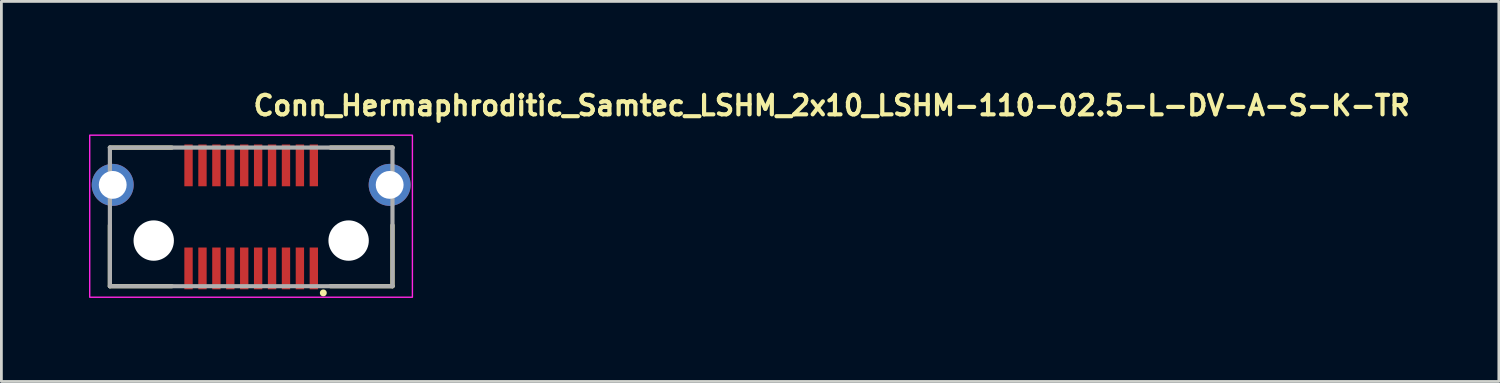
<source format=kicad_pcb>
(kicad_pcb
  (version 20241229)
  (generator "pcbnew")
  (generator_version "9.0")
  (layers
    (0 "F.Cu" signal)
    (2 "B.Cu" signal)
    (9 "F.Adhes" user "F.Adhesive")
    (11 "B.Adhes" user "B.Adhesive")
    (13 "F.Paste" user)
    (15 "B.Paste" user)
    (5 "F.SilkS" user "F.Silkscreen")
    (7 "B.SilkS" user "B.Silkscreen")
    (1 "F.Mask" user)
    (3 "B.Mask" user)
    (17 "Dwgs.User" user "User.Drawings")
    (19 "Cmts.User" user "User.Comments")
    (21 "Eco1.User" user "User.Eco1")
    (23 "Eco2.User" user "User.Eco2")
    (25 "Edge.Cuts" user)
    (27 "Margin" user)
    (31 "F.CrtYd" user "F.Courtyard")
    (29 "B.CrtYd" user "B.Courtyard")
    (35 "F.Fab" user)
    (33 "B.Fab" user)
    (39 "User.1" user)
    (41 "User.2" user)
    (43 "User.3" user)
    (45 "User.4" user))
  (footprint "Conn_Hermaphroditic_Samtec_LSHM_2x10_LSHM-110-02.5-L-DV-A-S-K-TR"
    (layer "F.Cu")
    (at 5.972 4.74)
    (property "Reference" "Conn_Hermaphroditic_Samtec_LSHM_2x10_LSHM-110-02.5-L-DV-A-S-K-TR" (at 0 -3.59 0) (layer "F.SilkS") (effects (font (size 0.7 0.7) (thickness 0.15)) (justify left bottom)))
    (attr smd)
    (fp_line (start -5.075 -2.49) (end -2.85 -2.49) (stroke (width 0.15) (type solid)) (layer "F.SilkS"))
    (fp_line (start -5.075 0.3) (end -5.075 2.489) (stroke (width 0.15) (type solid)) (layer "F.SilkS"))
    (fp_line (start -5.075 2.489) (end -2.85 2.489) (stroke (width 0.15) (type solid)) (layer "F.SilkS"))
    (fp_line (start 2.849 -2.49) (end 5.074 -2.49) (stroke (width 0.15) (type solid)) (layer "F.SilkS"))
    (fp_line (start 2.849 2.489) (end 5.074 2.489) (stroke (width 0.15) (type solid)) (layer "F.SilkS"))
    (fp_line (start 5.074 2.489) (end 5.074 0.3) (stroke (width 0.15) (type solid)) (layer "F.SilkS"))
    (fp_circle (center 2.59 2.73) (end 2.64 2.73) (stroke (width 0.15) (type solid)) (fill yes) (layer "F.SilkS"))
    (fp_circle (center -4.974 -1.15) (end -4.476 -1.15) (stroke (width 1) (type solid)) (fill no) (layer "F.Paste"))
    (fp_circle (center 4.973 -1.15) (end 5.473 -1.15) (stroke (width 1) (type solid)) (fill no) (layer "F.Paste"))
    (fp_rect (start -5.8 -2.935) (end 5.79 2.885) (stroke (width 0.05) (type solid)) (fill no) (layer "F.CrtYd"))
    (fp_line (start -5.075 -2.49) (end 5.074 -2.49) (stroke (width 0.15) (type solid)) (layer "F.Fab"))
    (fp_line (start -5.075 2.489) (end -5.075 -2.49) (stroke (width 0.15) (type solid)) (layer "F.Fab"))
    (fp_line (start 5.074 -2.49) (end 5.074 2.489) (stroke (width 0.15) (type solid)) (layer "F.Fab"))
    (fp_line (start 5.074 2.489) (end -5.075 2.489) (stroke (width 0.15) (type solid)) (layer "F.Fab"))
    (fp_rect (start -5.401 -2.54) (end 5.399 2.489) (stroke (width 0.1) (type solid)) (fill no) (layer "User.5"))
    (fp_line (start -5.401 0.367) (end -5.4 0.367) (stroke (width 0.02) (type solid)) (layer "User.9"))
    (fp_line (start -5.401 0.368) (end -5.401 0.367) (stroke (width 0.02) (type solid)) (layer "User.9"))
    (fp_line (start -5.401 0.368) (end -5.401 0.368) (stroke (width 0.02) (type solid)) (layer "User.9"))
    (fp_line (start -5.401 0.369) (end -5.401 0.368) (stroke (width 0.02) (type solid)) (layer "User.9"))
    (fp_line (start -5.401 0.369) (end -5.401 0.369) (stroke (width 0.02) (type solid)) (layer "User.9"))
    (fp_line (start -5.401 0.37) (end -5.401 0.369) (stroke (width 0.02) (type solid)) (layer "User.9"))
    (fp_line (start -5.401 0.37) (end -5.401 0.37) (stroke (width 0.02) (type solid)) (layer "User.9"))
    (fp_line (start -5.401 0.37) (end -5.401 1.169) (stroke (width 0.02) (type solid)) (layer "User.9"))
    (fp_line (start -5.401 0.371) (end -5.401 0.37) (stroke (width 0.02) (type solid)) (layer "User.9"))
    (fp_line (start -5.401 0.371) (end -5.401 0.371) (stroke (width 0.02) (type solid)) (layer "User.9"))
    (fp_line (start -5.401 0.372) (end -5.401 0.371) (stroke (width 0.02) (type solid)) (layer "User.9"))
    (fp_line (start -5.401 0.372) (end -5.401 0.372) (stroke (width 0.02) (type solid)) (layer "User.9"))
    (fp_line (start -5.401 0.372) (end -5.401 0.372) (stroke (width 0.02) (type solid)) (layer "User.9"))
    (fp_line (start -5.401 0.373) (end -5.401 0.372) (stroke (width 0.02) (type solid)) (layer "User.9"))
    (fp_line (start -5.401 1.166) (end -5.4 1.166) (stroke (width 0.02) (type solid)) (layer "User.9"))
    (fp_line (start -5.401 1.167) (end -5.401 1.166) (stroke (width 0.02) (type solid)) (layer "User.9"))
    (fp_line (start -5.401 1.167) (end -5.401 1.167) (stroke (width 0.02) (type solid)) (layer "User.9"))
    (fp_line (start -5.401 1.167) (end -5.401 1.167) (stroke (width 0.02) (type solid)) (layer "User.9"))
    (fp_line (start -5.401 1.168) (end -5.401 1.167) (stroke (width 0.02) (type solid)) (layer "User.9"))
    (fp_line (start -5.401 1.168) (end -5.401 1.168) (stroke (width 0.02) (type solid)) (layer "User.9"))
    (fp_line (start -5.401 1.169) (end -5.401 1.168) (stroke (width 0.02) (type solid)) (layer "User.9"))
    (fp_line (start -5.401 1.17) (end -5.401 1.169) (stroke (width 0.02) (type solid)) (layer "User.9"))
    (fp_line (start -5.401 1.171) (end -5.401 1.17) (stroke (width 0.02) (type solid)) (layer "User.9"))
    (fp_line (start -5.401 1.172) (end -5.401 1.171) (stroke (width 0.02) (type solid)) (layer "User.9"))
    (fp_line (start -5.4 0.366) (end -5.4 0.366) (stroke (width 0.02) (type solid)) (layer "User.9"))
    (fp_line (start -5.4 0.366) (end -5.4 0.366) (stroke (width 0.02) (type solid)) (layer "User.9"))
    (fp_line (start -5.4 0.366) (end -5.398 0.365) (stroke (width 0.02) (type solid)) (layer "User.9"))
    (fp_line (start -5.4 0.367) (end -5.4 0.366) (stroke (width 0.02) (type solid)) (layer "User.9"))
    (fp_line (start -5.4 0.373) (end -5.401 0.373) (stroke (width 0.02) (type solid)) (layer "User.9"))
    (fp_line (start -5.4 0.374) (end -5.4 0.373) (stroke (width 0.02) (type solid)) (layer "User.9"))
    (fp_line (start -5.4 0.374) (end -5.4 0.374) (stroke (width 0.02) (type solid)) (layer "User.9"))
    (fp_line (start -5.4 1.165) (end -5.4 1.165) (stroke (width 0.02) (type solid)) (layer "User.9"))
    (fp_line (start -5.4 1.165) (end -5.398 1.164) (stroke (width 0.02) (type solid)) (layer "User.9"))
    (fp_line (start -5.4 1.166) (end -5.4 1.165) (stroke (width 0.02) (type solid)) (layer "User.9"))
    (fp_line (start -5.4 1.173) (end -5.401 1.172) (stroke (width 0.02) (type solid)) (layer "User.9"))
    (fp_line (start -5.4 1.173) (end -5.4 1.173) (stroke (width 0.02) (type solid)) (layer "User.9"))
    (fp_line (start -5.398 0.364) (end -5.398 0.364) (stroke (width 0.02) (type solid)) (layer "User.9"))
    (fp_line (start -5.398 0.364) (end -5.397 0.363) (stroke (width 0.02) (type solid)) (layer "User.9"))
    (fp_line (start -5.398 0.365) (end -5.398 0.364) (stroke (width 0.02) (type solid)) (layer "User.9"))
    (fp_line (start -5.398 0.365) (end -5.398 0.365) (stroke (width 0.02) (type solid)) (layer "User.9"))
    (fp_line (start -5.398 0.375) (end -5.4 0.374) (stroke (width 0.02) (type solid)) (layer "User.9"))
    (fp_line (start -5.398 0.375) (end -5.398 0.375) (stroke (width 0.02) (type solid)) (layer "User.9"))
    (fp_line (start -5.398 0.376) (end -5.398 0.375) (stroke (width 0.02) (type solid)) (layer "User.9"))
    (fp_line (start -5.398 0.376) (end -5.398 0.376) (stroke (width 0.02) (type solid)) (layer "User.9"))
    (fp_line (start -5.398 0.377) (end -5.398 0.376) (stroke (width 0.02) (type solid)) (layer "User.9"))
    (fp_line (start -5.398 1.162) (end -5.397 1.162) (stroke (width 0.02) (type solid)) (layer "User.9"))
    (fp_line (start -5.398 1.163) (end -5.398 1.162) (stroke (width 0.02) (type solid)) (layer "User.9"))
    (fp_line (start -5.398 1.163) (end -5.398 1.163) (stroke (width 0.02) (type solid)) (layer "User.9"))
    (fp_line (start -5.398 1.164) (end -5.398 1.163) (stroke (width 0.02) (type solid)) (layer "User.9"))
    (fp_line (start -5.398 1.164) (end -5.398 1.164) (stroke (width 0.02) (type solid)) (layer "User.9"))
    (fp_line (start -5.398 1.174) (end -5.4 1.173) (stroke (width 0.02) (type solid)) (layer "User.9"))
    (fp_line (start -5.398 1.175) (end -5.398 1.174) (stroke (width 0.02) (type solid)) (layer "User.9"))
    (fp_line (start -5.397 0.363) (end -5.397 0.363) (stroke (width 0.02) (type solid)) (layer "User.9"))
    (fp_line (start -5.397 0.363) (end -5.396 0.362) (stroke (width 0.02) (type solid)) (layer "User.9"))
    (fp_line (start -5.397 0.377) (end -5.398 0.377) (stroke (width 0.02) (type solid)) (layer "User.9"))
    (fp_line (start -5.397 0.377) (end -5.397 0.377) (stroke (width 0.02) (type solid)) (layer "User.9"))
    (fp_line (start -5.397 1.162) (end -5.397 1.162) (stroke (width 0.02) (type solid)) (layer "User.9"))
    (fp_line (start -5.397 1.162) (end -5.111 0.941) (stroke (width 0.02) (type solid)) (layer "User.9"))
    (fp_line (start -5.397 1.176) (end -5.398 1.175) (stroke (width 0.02) (type solid)) (layer "User.9"))
    (fp_line (start -5.396 0.362) (end -5.396 0.362) (stroke (width 0.02) (type solid)) (layer "User.9"))
    (fp_line (start -5.396 0.362) (end -5.394 0.362) (stroke (width 0.02) (type solid)) (layer "User.9"))
    (fp_line (start -5.396 1.177) (end -5.397 1.176) (stroke (width 0.02) (type solid)) (layer "User.9"))
    (fp_line (start -5.394 0.361) (end -5.393 0.36) (stroke (width 0.02) (type solid)) (layer "User.9"))
    (fp_line (start -5.394 0.362) (end -5.394 0.361) (stroke (width 0.02) (type solid)) (layer "User.9"))
    (fp_line (start -5.394 1.178) (end -5.396 1.177) (stroke (width 0.02) (type solid)) (layer "User.9"))
    (fp_line (start -5.393 0.36) (end -5.39 0.359) (stroke (width 0.02) (type solid)) (layer "User.9"))
    (fp_line (start -5.393 1.179) (end -5.394 1.178) (stroke (width 0.02) (type solid)) (layer "User.9"))
    (fp_line (start -5.39 0.359) (end -5.389 0.359) (stroke (width 0.02) (type solid)) (layer "User.9"))
    (fp_line (start -5.39 1.18) (end -5.393 1.179) (stroke (width 0.02) (type solid)) (layer "User.9"))
    (fp_line (start -5.389 0.359) (end -5.386 0.358) (stroke (width 0.02) (type solid)) (layer "User.9"))
    (fp_line (start -5.389 1.18) (end -5.39 1.18) (stroke (width 0.02) (type solid)) (layer "User.9"))
    (fp_line (start -5.386 0.358) (end -5.385 0.357) (stroke (width 0.02) (type solid)) (layer "User.9"))
    (fp_line (start -5.386 1.181) (end -5.389 1.18) (stroke (width 0.02) (type solid)) (layer "User.9"))
    (fp_line (start -5.385 0.357) (end -5.382 0.356) (stroke (width 0.02) (type solid)) (layer "User.9"))
    (fp_line (start -5.385 1.182) (end -5.386 1.181) (stroke (width 0.02) (type solid)) (layer "User.9"))
    (fp_line (start -5.382 0.356) (end -5.14 0.264) (stroke (width 0.02) (type solid)) (layer "User.9"))
    (fp_line (start -5.382 1.183) (end -5.385 1.182) (stroke (width 0.02) (type solid)) (layer "User.9"))
    (fp_line (start -5.322 0.648) (end -5.111 0.598) (stroke (width 0.02) (type solid)) (layer "User.9"))
    (fp_line (start -5.322 0.891) (end -5.322 0.648) (stroke (width 0.02) (type solid)) (layer "User.9"))
    (fp_line (start -5.322 0.891) (end -5.174 0.879) (stroke (width 0.02) (type solid)) (layer "User.9"))
    (fp_line (start -5.197 0.37) (end -5.192 0.368) (stroke (width 0.02) (type solid)) (layer "User.9"))
    (fp_line (start -5.197 1.169) (end -5.196 1.168) (stroke (width 0.02) (type solid)) (layer "User.9"))
    (fp_line (start -5.196 0.371) (end -5.197 0.37) (stroke (width 0.02) (type solid)) (layer "User.9"))
    (fp_line (start -5.196 0.371) (end -4.91 0.598) (stroke (width 0.02) (type solid)) (layer "User.9"))
    (fp_line (start -5.192 1.171) (end -5.197 1.169) (stroke (width 0.02) (type solid)) (layer "User.9"))
    (fp_line (start -5.192 1.171) (end -4.906 1.28) (stroke (width 0.02) (type solid)) (layer "User.9"))
    (fp_line (start -5.174 0.66) (end -5.322 0.648) (stroke (width 0.02) (type solid)) (layer "User.9"))
    (fp_line (start -5.174 0.879) (end -5.174 0.66) (stroke (width 0.02) (type solid)) (layer "User.9"))
    (fp_line (start -5.174 0.879) (end -4.91 0.941) (stroke (width 0.02) (type solid)) (layer "User.9"))
    (fp_line (start -5.14 0.264) (end -5.136 0.263) (stroke (width 0.02) (type solid)) (layer "User.9"))
    (fp_line (start -5.136 0.263) (end -5.134 0.261) (stroke (width 0.02) (type solid)) (layer "User.9"))
    (fp_line (start -5.134 0.261) (end -5.13 0.259) (stroke (width 0.02) (type solid)) (layer "User.9"))
    (fp_line (start -5.131 1.28) (end -5.382 1.183) (stroke (width 0.02) (type solid)) (layer "User.9"))
    (fp_line (start -5.13 0.259) (end -5.127 0.256) (stroke (width 0.02) (type solid)) (layer "User.9"))
    (fp_line (start -5.128 1.28) (end -5.131 1.28) (stroke (width 0.02) (type solid)) (layer "User.9"))
    (fp_line (start -5.127 0.256) (end -5.124 0.253) (stroke (width 0.02) (type solid)) (layer "User.9"))
    (fp_line (start -5.124 0.253) (end -5.121 0.25) (stroke (width 0.02) (type solid)) (layer "User.9"))
    (fp_line (start -5.124 1.281) (end -5.128 1.28) (stroke (width 0.02) (type solid)) (layer "User.9"))
    (fp_line (start -5.121 0.25) (end -5.118 0.246) (stroke (width 0.02) (type solid)) (layer "User.9"))
    (fp_line (start -5.119 1.285) (end -5.124 1.281) (stroke (width 0.02) (type solid)) (layer "User.9"))
    (fp_line (start -5.118 0.246) (end -5.115 0.242) (stroke (width 0.02) (type solid)) (layer "User.9"))
    (fp_line (start -5.115 0.242) (end -5.112 0.237) (stroke (width 0.02) (type solid)) (layer "User.9"))
    (fp_line (start -5.114 1.291) (end -5.119 1.285) (stroke (width 0.02) (type solid)) (layer "User.9"))
    (fp_line (start -5.112 0.237) (end -5.109 0.232) (stroke (width 0.02) (type solid)) (layer "User.9"))
    (fp_line (start -5.111 0.598) (end -5.397 0.377) (stroke (width 0.02) (type solid)) (layer "User.9"))
    (fp_line (start -5.111 0.941) (end -5.322 0.891) (stroke (width 0.02) (type solid)) (layer "User.9"))
    (fp_line (start -5.109 0.232) (end -5.106 0.227) (stroke (width 0.02) (type solid)) (layer "User.9"))
    (fp_line (start -5.109 1.298) (end -5.114 1.291) (stroke (width 0.02) (type solid)) (layer "User.9"))
    (fp_line (start -5.106 0.227) (end -5.104 0.222) (stroke (width 0.02) (type solid)) (layer "User.9"))
    (fp_line (start -5.104 0.222) (end -5.099 0.21) (stroke (width 0.02) (type solid)) (layer "User.9"))
    (fp_line (start -5.104 1.306) (end -5.109 1.298) (stroke (width 0.02) (type solid)) (layer "User.9"))
    (fp_line (start -5.099 0.21) (end -5.094 0.197) (stroke (width 0.02) (type solid)) (layer "User.9"))
    (fp_line (start -5.099 1.315) (end -5.104 1.306) (stroke (width 0.02) (type solid)) (layer "User.9"))
    (fp_line (start -5.095 1.325) (end -5.099 1.315) (stroke (width 0.02) (type solid)) (layer "User.9"))
    (fp_line (start -5.094 0.197) (end -5.09 0.183) (stroke (width 0.02) (type solid)) (layer "User.9"))
    (fp_line (start -5.091 1.336) (end -5.095 1.325) (stroke (width 0.02) (type solid)) (layer "User.9"))
    (fp_line (start -5.09 0.183) (end -5.086 0.168) (stroke (width 0.02) (type solid)) (layer "User.9"))
    (fp_line (start -5.088 1.348) (end -5.091 1.336) (stroke (width 0.02) (type solid)) (layer "User.9"))
    (fp_line (start -5.086 0.168) (end -5.083 0.152) (stroke (width 0.02) (type solid)) (layer "User.9"))
    (fp_line (start -5.085 1.36) (end -5.088 1.348) (stroke (width 0.02) (type solid)) (layer "User.9"))
    (fp_line (start -5.083 0.152) (end -5.08 0.136) (stroke (width 0.02) (type solid)) (layer "User.9"))
    (fp_line (start -5.082 1.374) (end -5.085 1.36) (stroke (width 0.02) (type solid)) (layer "User.9"))
    (fp_line (start -5.08 0.136) (end -5.078 0.119) (stroke (width 0.02) (type solid)) (layer "User.9"))
    (fp_line (start -5.08 1.387) (end -5.082 1.374) (stroke (width 0.02) (type solid)) (layer "User.9"))
    (fp_line (start -5.078 0.119) (end -5.077 0.102) (stroke (width 0.02) (type solid)) (layer "User.9"))
    (fp_line (start -5.078 1.403) (end -5.08 1.387) (stroke (width 0.02) (type solid)) (layer "User.9"))
    (fp_line (start -5.077 0.102) (end -5.075 0.084) (stroke (width 0.02) (type solid)) (layer "User.9"))
    (fp_line (start -5.075 -2.063) (end -5.075 -2.04) (stroke (width 0.02) (type solid)) (layer "User.9"))
    (fp_line (start -5.075 -2.04) (end -5.075 -0.159) (stroke (width 0.02) (type solid)) (layer "User.9"))
    (fp_line (start -5.075 0.066) (end -5.075 -0.159) (stroke (width 0.02) (type solid)) (layer "User.9"))
    (fp_line (start -5.075 0.084) (end -5.075 0.066) (stroke (width 0.02) (type solid)) (layer "User.9"))
    (fp_line (start -5.075 1.416) (end -5.078 1.403) (stroke (width 0.02) (type solid)) (layer "User.9"))
    (fp_line (start -5.075 1.432) (end -5.075 1.416) (stroke (width 0.02) (type solid)) (layer "User.9"))
    (fp_line (start -5.075 1.447) (end -5.075 1.432) (stroke (width 0.02) (type solid)) (layer "User.9"))
    (fp_line (start -5.075 1.7) (end -5.075 1.447) (stroke (width 0.02) (type solid)) (layer "User.9"))
    (fp_line (start -5.075 1.7) (end -5.075 2.038) (stroke (width 0.02) (type solid)) (layer "User.9"))
    (fp_line (start -5.075 1.7) (end -4.849 1.7) (stroke (width 0.02) (type solid)) (layer "User.9"))
    (fp_line (start -5.075 2.038) (end -5.075 2.062) (stroke (width 0.02) (type solid)) (layer "User.9"))
    (fp_line (start -5.075 2.062) (end -5.073 2.085) (stroke (width 0.02) (type solid)) (layer "User.9"))
    (fp_line (start -5.073 -2.086) (end -5.075 -2.063) (stroke (width 0.02) (type solid)) (layer "User.9"))
    (fp_line (start -5.073 2.085) (end -5.07 2.108) (stroke (width 0.02) (type solid)) (layer "User.9"))
    (fp_line (start -5.07 -2.108) (end -5.073 -2.086) (stroke (width 0.02) (type solid)) (layer "User.9"))
    (fp_line (start -5.07 2.108) (end -5.066 2.129) (stroke (width 0.02) (type solid)) (layer "User.9"))
    (fp_line (start -5.066 -2.13) (end -5.07 -2.108) (stroke (width 0.02) (type solid)) (layer "User.9"))
    (fp_line (start -5.066 2.129) (end -5.061 2.151) (stroke (width 0.02) (type solid)) (layer "User.9"))
    (fp_line (start -5.061 -2.151) (end -5.066 -2.13) (stroke (width 0.02) (type solid)) (layer "User.9"))
    (fp_line (start -5.061 2.151) (end -5.055 2.171) (stroke (width 0.02) (type solid)) (layer "User.9"))
    (fp_line (start -5.055 -2.172) (end -5.061 -2.151) (stroke (width 0.02) (type solid)) (layer "User.9"))
    (fp_line (start -5.055 2.171) (end -5.048 2.193) (stroke (width 0.02) (type solid)) (layer "User.9"))
    (fp_line (start -5.048 -2.194) (end -5.055 -2.172) (stroke (width 0.02) (type solid)) (layer "User.9"))
    (fp_line (start -5.048 2.193) (end -5.04 2.214) (stroke (width 0.02) (type solid)) (layer "User.9"))
    (fp_line (start -5.04 -2.214) (end -5.048 -2.194) (stroke (width 0.02) (type solid)) (layer "User.9"))
    (fp_line (start -5.04 2.214) (end -5.031 2.234) (stroke (width 0.02) (type solid)) (layer "User.9"))
    (fp_line (start -5.031 -2.235) (end -5.04 -2.214) (stroke (width 0.02) (type solid)) (layer "User.9"))
    (fp_line (start -5.031 2.234) (end -5.021 2.252) (stroke (width 0.02) (type solid)) (layer "User.9"))
    (fp_line (start -5.021 -2.254) (end -5.031 -2.235) (stroke (width 0.02) (type solid)) (layer "User.9"))
    (fp_line (start -5.021 2.252) (end -5.01 2.272) (stroke (width 0.02) (type solid)) (layer "User.9"))
    (fp_line (start -5.01 -2.273) (end -5.021 -2.254) (stroke (width 0.02) (type solid)) (layer "User.9"))
    (fp_line (start -5.01 2.272) (end -4.999 2.29) (stroke (width 0.02) (type solid)) (layer "User.9"))
    (fp_line (start -4.999 -2.291) (end -5.01 -2.273) (stroke (width 0.02) (type solid)) (layer "User.9"))
    (fp_line (start -4.999 2.29) (end -4.986 2.308) (stroke (width 0.02) (type solid)) (layer "User.9"))
    (fp_line (start -4.986 -2.309) (end -4.999 -2.291) (stroke (width 0.02) (type solid)) (layer "User.9"))
    (fp_line (start -4.986 2.308) (end -4.973 2.324) (stroke (width 0.02) (type solid)) (layer "User.9"))
    (fp_line (start -4.973 -2.326) (end -4.986 -2.309) (stroke (width 0.02) (type solid)) (layer "User.9"))
    (fp_line (start -4.973 2.324) (end -4.958 2.342) (stroke (width 0.02) (type solid)) (layer "User.9"))
    (fp_line (start -4.958 -2.342) (end -4.973 -2.326) (stroke (width 0.02) (type solid)) (layer "User.9"))
    (fp_line (start -4.958 2.342) (end -4.944 2.358) (stroke (width 0.02) (type solid)) (layer "User.9"))
    (fp_line (start -4.944 -2.358) (end -4.958 -2.342) (stroke (width 0.02) (type solid)) (layer "User.9"))
    (fp_line (start -4.944 2.358) (end -4.928 2.372) (stroke (width 0.02) (type solid)) (layer "User.9"))
    (fp_line (start -4.928 -2.373) (end -4.944 -2.358) (stroke (width 0.02) (type solid)) (layer "User.9"))
    (fp_line (start -4.928 2.372) (end -4.912 2.385) (stroke (width 0.02) (type solid)) (layer "User.9"))
    (fp_line (start -4.916 0.264) (end -5.192 0.368) (stroke (width 0.02) (type solid)) (layer "User.9"))
    (fp_line (start -4.913 0.263) (end -4.916 0.264) (stroke (width 0.02) (type solid)) (layer "User.9"))
    (fp_line (start -4.912 -2.387) (end -4.928 -2.373) (stroke (width 0.02) (type solid)) (layer "User.9"))
    (fp_line (start -4.912 2.385) (end -4.894 2.399) (stroke (width 0.02) (type solid)) (layer "User.9"))
    (fp_line (start -4.91 0.598) (end -5.174 0.66) (stroke (width 0.02) (type solid)) (layer "User.9"))
    (fp_line (start -4.91 0.941) (end -5.196 1.168) (stroke (width 0.02) (type solid)) (layer "User.9"))
    (fp_line (start -4.91 0.941) (end -4.91 0.598) (stroke (width 0.02) (type solid)) (layer "User.9"))
    (fp_line (start -4.909 0.261) (end -4.913 0.263) (stroke (width 0.02) (type solid)) (layer "User.9"))
    (fp_line (start -4.906 1.28) (end -4.904 1.28) (stroke (width 0.02) (type solid)) (layer "User.9"))
    (fp_line (start -4.904 1.28) (end -4.901 1.281) (stroke (width 0.02) (type solid)) (layer "User.9"))
    (fp_line (start -4.902 0.256) (end -4.909 0.261) (stroke (width 0.02) (type solid)) (layer "User.9"))
    (fp_line (start -4.901 1.281) (end -4.898 1.283) (stroke (width 0.02) (type solid)) (layer "User.9"))
    (fp_line (start -4.898 1.283) (end -4.894 1.285) (stroke (width 0.02) (type solid)) (layer "User.9"))
    (fp_line (start -4.897 0.25) (end -4.902 0.256) (stroke (width 0.02) (type solid)) (layer "User.9"))
    (fp_line (start -4.894 -2.4) (end -4.912 -2.387) (stroke (width 0.02) (type solid)) (layer "User.9"))
    (fp_line (start -4.894 1.285) (end -4.892 1.288) (stroke (width 0.02) (type solid)) (layer "User.9"))
    (fp_line (start -4.894 2.399) (end -4.877 2.412) (stroke (width 0.02) (type solid)) (layer "User.9"))
    (fp_line (start -4.892 1.288) (end -4.89 1.291) (stroke (width 0.02) (type solid)) (layer "User.9"))
    (fp_line (start -4.89 0.242) (end -4.897 0.25) (stroke (width 0.02) (type solid)) (layer "User.9"))
    (fp_line (start -4.89 1.291) (end -4.886 1.294) (stroke (width 0.02) (type solid)) (layer "User.9"))
    (fp_line (start -4.886 1.294) (end -4.884 1.298) (stroke (width 0.02) (type solid)) (layer "User.9"))
    (fp_line (start -4.885 0.232) (end -4.89 0.242) (stroke (width 0.02) (type solid)) (layer "User.9"))
    (fp_line (start -4.884 1.298) (end -4.882 1.302) (stroke (width 0.02) (type solid)) (layer "User.9"))
    (fp_line (start -4.882 1.302) (end -4.88 1.306) (stroke (width 0.02) (type solid)) (layer "User.9"))
    (fp_line (start -4.88 1.306) (end -4.877 1.31) (stroke (width 0.02) (type solid)) (layer "User.9"))
    (fp_line (start -4.878 0.222) (end -4.885 0.232) (stroke (width 0.02) (type solid)) (layer "User.9"))
    (fp_line (start -4.877 -2.413) (end -4.894 -2.4) (stroke (width 0.02) (type solid)) (layer "User.9"))
    (fp_line (start -4.877 1.31) (end -4.874 1.315) (stroke (width 0.02) (type solid)) (layer "User.9"))
    (fp_line (start -4.877 2.412) (end -4.859 2.423) (stroke (width 0.02) (type solid)) (layer "User.9"))
    (fp_line (start -4.874 0.21) (end -4.878 0.222) (stroke (width 0.02) (type solid)) (layer "User.9"))
    (fp_line (start -4.874 1.315) (end -4.871 1.325) (stroke (width 0.02) (type solid)) (layer "User.9"))
    (fp_line (start -4.871 1.325) (end -4.866 1.336) (stroke (width 0.02) (type solid)) (layer "User.9"))
    (fp_line (start -4.869 0.197) (end -4.874 0.21) (stroke (width 0.02) (type solid)) (layer "User.9"))
    (fp_line (start -4.866 1.336) (end -4.863 1.348) (stroke (width 0.02) (type solid)) (layer "User.9"))
    (fp_line (start -4.865 0.183) (end -4.869 0.197) (stroke (width 0.02) (type solid)) (layer "User.9"))
    (fp_line (start -4.863 1.348) (end -4.86 1.36) (stroke (width 0.02) (type solid)) (layer "User.9"))
    (fp_line (start -4.861 0.168) (end -4.865 0.183) (stroke (width 0.02) (type solid)) (layer "User.9"))
    (fp_line (start -4.86 1.36) (end -4.857 1.374) (stroke (width 0.02) (type solid)) (layer "User.9"))
    (fp_line (start -4.859 -2.424) (end -4.877 -2.413) (stroke (width 0.02) (type solid)) (layer "User.9"))
    (fp_line (start -4.859 2.423) (end -4.84 2.435) (stroke (width 0.02) (type solid)) (layer "User.9"))
    (fp_line (start -4.858 0.152) (end -4.861 0.168) (stroke (width 0.02) (type solid)) (layer "User.9"))
    (fp_line (start -4.857 1.374) (end -4.855 1.387) (stroke (width 0.02) (type solid)) (layer "User.9"))
    (fp_line (start -4.855 0.136) (end -4.858 0.152) (stroke (width 0.02) (type solid)) (layer "User.9"))
    (fp_line (start -4.855 1.387) (end -4.853 1.403) (stroke (width 0.02) (type solid)) (layer "User.9"))
    (fp_line (start -4.853 0.119) (end -4.855 0.136) (stroke (width 0.02) (type solid)) (layer "User.9"))
    (fp_line (start -4.853 1.403) (end -4.851 1.416) (stroke (width 0.02) (type solid)) (layer "User.9"))
    (fp_line (start -4.852 0.102) (end -4.853 0.119) (stroke (width 0.02) (type solid)) (layer "User.9"))
    (fp_line (start -4.851 0.084) (end -4.852 0.102) (stroke (width 0.02) (type solid)) (layer "User.9"))
    (fp_line (start -4.851 1.416) (end -4.851 1.432) (stroke (width 0.02) (type solid)) (layer "User.9"))
    (fp_line (start -4.851 1.432) (end -4.849 1.447) (stroke (width 0.02) (type solid)) (layer "User.9"))
    (fp_line (start -4.849 -2.037) (end -4.849 -2.025) (stroke (width 0.02) (type solid)) (layer "User.9"))
    (fp_line (start -4.849 -2.025) (end -4.849 -2.015) (stroke (width 0.02) (type solid)) (layer "User.9"))
    (fp_line (start -4.849 -2.015) (end -4.849 -1.84) (stroke (width 0.02) (type solid)) (layer "User.9"))
    (fp_line (start -4.849 -1.84) (end -4.849 -0.1) (stroke (width 0.02) (type solid)) (layer "User.9"))
    (fp_line (start -4.849 -0.159) (end -5.075 -0.159) (stroke (width 0.02) (type solid)) (layer "User.9"))
    (fp_line (start -4.849 -0.1) (end -4.849 1.7) (stroke (width 0.02) (type solid)) (layer "User.9"))
    (fp_line (start -4.849 -0.1) (end -4.501 -0.1) (stroke (width 0.02) (type solid)) (layer "User.9"))
    (fp_line (start -4.849 0.066) (end -4.851 0.084) (stroke (width 0.02) (type solid)) (layer "User.9"))
    (fp_line (start -4.849 1.7) (end -4.849 2.014) (stroke (width 0.02) (type solid)) (layer "User.9"))
    (fp_line (start -4.849 1.84) (end -4.601 2.089) (stroke (width 0.02) (type solid)) (layer "User.9"))
    (fp_line (start -4.849 2.014) (end -4.849 2.025) (stroke (width 0.02) (type solid)) (layer "User.9"))
    (fp_line (start -4.849 2.025) (end -4.849 2.037) (stroke (width 0.02) (type solid)) (layer "User.9"))
    (fp_line (start -4.849 2.037) (end -4.848 2.048) (stroke (width 0.02) (type solid)) (layer "User.9"))
    (fp_line (start -4.848 -2.049) (end -4.849 -2.037) (stroke (width 0.02) (type solid)) (layer "User.9"))
    (fp_line (start -4.848 2.048) (end -4.846 2.058) (stroke (width 0.02) (type solid)) (layer "User.9"))
    (fp_line (start -4.846 -2.06) (end -4.848 -2.049) (stroke (width 0.02) (type solid)) (layer "User.9"))
    (fp_line (start -4.846 2.058) (end -4.843 2.07) (stroke (width 0.02) (type solid)) (layer "User.9"))
    (fp_line (start -4.843 -2.071) (end -4.846 -2.06) (stroke (width 0.02) (type solid)) (layer "User.9"))
    (fp_line (start -4.843 2.07) (end -4.84 2.08) (stroke (width 0.02) (type solid)) (layer "User.9"))
    (fp_line (start -4.84 -2.435) (end -4.859 -2.424) (stroke (width 0.02) (type solid)) (layer "User.9"))
    (fp_line (start -4.84 -2.081) (end -4.843 -2.071) (stroke (width 0.02) (type solid)) (layer "User.9"))
    (fp_line (start -4.84 2.08) (end -4.837 2.092) (stroke (width 0.02) (type solid)) (layer "User.9"))
    (fp_line (start -4.84 2.435) (end -4.821 2.444) (stroke (width 0.02) (type solid)) (layer "User.9"))
    (fp_line (start -4.838 2.089) (end -4.835 2.097) (stroke (width 0.02) (type solid)) (layer "User.9"))
    (fp_line (start -4.837 -2.092) (end -4.84 -2.081) (stroke (width 0.02) (type solid)) (layer "User.9"))
    (fp_line (start -4.837 2.092) (end -4.833 2.101) (stroke (width 0.02) (type solid)) (layer "User.9"))
    (fp_line (start -4.835 2.097) (end -4.831 2.105) (stroke (width 0.02) (type solid)) (layer "User.9"))
    (fp_line (start -4.833 -2.102) (end -4.837 -2.092) (stroke (width 0.02) (type solid)) (layer "User.9"))
    (fp_line (start -4.833 2.101) (end -4.828 2.111) (stroke (width 0.02) (type solid)) (layer "User.9"))
    (fp_line (start -4.831 2.105) (end -4.828 2.113) (stroke (width 0.02) (type solid)) (layer "User.9"))
    (fp_line (start -4.828 -2.112) (end -4.833 -2.102) (stroke (width 0.02) (type solid)) (layer "User.9"))
    (fp_line (start -4.828 2.111) (end -4.823 2.121) (stroke (width 0.02) (type solid)) (layer "User.9"))
    (fp_line (start -4.828 2.113) (end -4.824 2.119) (stroke (width 0.02) (type solid)) (layer "User.9"))
    (fp_line (start -4.824 2.119) (end -4.819 2.127) (stroke (width 0.02) (type solid)) (layer "User.9"))
    (fp_line (start -4.823 -2.122) (end -4.828 -2.112) (stroke (width 0.02) (type solid)) (layer "User.9"))
    (fp_line (start -4.823 2.121) (end -4.817 2.13) (stroke (width 0.02) (type solid)) (layer "User.9"))
    (fp_line (start -4.821 -2.445) (end -4.84 -2.435) (stroke (width 0.02) (type solid)) (layer "User.9"))
    (fp_line (start -4.821 2.444) (end -4.801 2.453) (stroke (width 0.02) (type solid)) (layer "User.9"))
    (fp_line (start -4.819 2.127) (end -4.815 2.135) (stroke (width 0.02) (type solid)) (layer "User.9"))
    (fp_line (start -4.817 -2.131) (end -4.823 -2.122) (stroke (width 0.02) (type solid)) (layer "User.9"))
    (fp_line (start -4.817 2.13) (end -4.812 2.139) (stroke (width 0.02) (type solid)) (layer "User.9"))
    (fp_line (start -4.815 2.135) (end -4.809 2.142) (stroke (width 0.02) (type solid)) (layer "User.9"))
    (fp_line (start -4.812 -2.14) (end -4.817 -2.131) (stroke (width 0.02) (type solid)) (layer "User.9"))
    (fp_line (start -4.812 2.139) (end -4.806 2.147) (stroke (width 0.02) (type solid)) (layer "User.9"))
    (fp_line (start -4.809 2.142) (end -4.805 2.149) (stroke (width 0.02) (type solid)) (layer "User.9"))
    (fp_line (start -4.806 -2.149) (end -4.812 -2.14) (stroke (width 0.02) (type solid)) (layer "User.9"))
    (fp_line (start -4.806 2.147) (end -4.799 2.157) (stroke (width 0.02) (type solid)) (layer "User.9"))
    (fp_line (start -4.805 2.149) (end -4.799 2.155) (stroke (width 0.02) (type solid)) (layer "User.9"))
    (fp_line (start -4.801 -2.454) (end -4.821 -2.445) (stroke (width 0.02) (type solid)) (layer "User.9"))
    (fp_line (start -4.801 2.453) (end -4.78 2.461) (stroke (width 0.02) (type solid)) (layer "User.9"))
    (fp_line (start -4.799 -2.158) (end -4.806 -2.149) (stroke (width 0.02) (type solid)) (layer "User.9"))
    (fp_line (start -4.799 2.155) (end -4.793 2.163) (stroke (width 0.02) (type solid)) (layer "User.9"))
    (fp_line (start -4.799 2.157) (end -4.792 2.165) (stroke (width 0.02) (type solid)) (layer "User.9"))
    (fp_line (start -4.793 2.163) (end -4.788 2.169) (stroke (width 0.02) (type solid)) (layer "User.9"))
    (fp_line (start -4.792 -2.166) (end -4.799 -2.158) (stroke (width 0.02) (type solid)) (layer "User.9"))
    (fp_line (start -4.792 2.165) (end -4.785 2.173) (stroke (width 0.02) (type solid)) (layer "User.9"))
    (fp_line (start -4.788 2.169) (end -4.782 2.175) (stroke (width 0.02) (type solid)) (layer "User.9"))
    (fp_line (start -4.785 -2.174) (end -4.792 -2.166) (stroke (width 0.02) (type solid)) (layer "User.9"))
    (fp_line (start -4.785 2.173) (end -4.777 2.179) (stroke (width 0.02) (type solid)) (layer "User.9"))
    (fp_line (start -4.782 2.175) (end -4.775 2.181) (stroke (width 0.02) (type solid)) (layer "User.9"))
    (fp_line (start -4.78 -2.462) (end -4.801 -2.454) (stroke (width 0.02) (type solid)) (layer "User.9"))
    (fp_line (start -4.78 2.461) (end -4.759 2.468) (stroke (width 0.02) (type solid)) (layer "User.9"))
    (fp_line (start -4.777 -2.18) (end -4.785 -2.174) (stroke (width 0.02) (type solid)) (layer "User.9"))
    (fp_line (start -4.777 2.179) (end -4.769 2.187) (stroke (width 0.02) (type solid)) (layer "User.9"))
    (fp_line (start -4.775 2.181) (end -4.769 2.186) (stroke (width 0.02) (type solid)) (layer "User.9"))
    (fp_line (start -4.769 -2.188) (end -4.777 -2.18) (stroke (width 0.02) (type solid)) (layer "User.9"))
    (fp_line (start -4.769 2.186) (end -4.761 2.191) (stroke (width 0.02) (type solid)) (layer "User.9"))
    (fp_line (start -4.769 2.187) (end -4.76 2.194) (stroke (width 0.02) (type solid)) (layer "User.9"))
    (fp_line (start -4.761 2.191) (end -4.755 2.197) (stroke (width 0.02) (type solid)) (layer "User.9"))
    (fp_line (start -4.76 -2.195) (end -4.769 -2.188) (stroke (width 0.02) (type solid)) (layer "User.9"))
    (fp_line (start -4.76 2.194) (end -4.751 2.199) (stroke (width 0.02) (type solid)) (layer "User.9"))
    (fp_line (start -4.759 -2.469) (end -4.78 -2.462) (stroke (width 0.02) (type solid)) (layer "User.9"))
    (fp_line (start -4.759 2.468) (end -4.738 2.475) (stroke (width 0.02) (type solid)) (layer "User.9"))
    (fp_line (start -4.755 2.197) (end -4.748 2.202) (stroke (width 0.02) (type solid)) (layer "User.9"))
    (fp_line (start -4.751 -2.201) (end -4.76 -2.195) (stroke (width 0.02) (type solid)) (layer "User.9"))
    (fp_line (start -4.751 2.199) (end -4.741 2.206) (stroke (width 0.02) (type solid)) (layer "User.9"))
    (fp_line (start -4.748 2.202) (end -4.741 2.206) (stroke (width 0.02) (type solid)) (layer "User.9"))
    (fp_line (start -4.741 -2.207) (end -4.751 -2.201) (stroke (width 0.02) (type solid)) (layer "User.9"))
    (fp_line (start -4.741 2.206) (end -4.733 2.211) (stroke (width 0.02) (type solid)) (layer "User.9"))
    (fp_line (start -4.741 2.206) (end -4.733 2.211) (stroke (width 0.02) (type solid)) (layer "User.9"))
    (fp_line (start -4.738 -2.475) (end -4.759 -2.469) (stroke (width 0.02) (type solid)) (layer "User.9"))
    (fp_line (start -4.738 2.475) (end -4.716 2.479) (stroke (width 0.02) (type solid)) (layer "User.9"))
    (fp_line (start -4.733 -2.212) (end -4.741 -2.207) (stroke (width 0.02) (type solid)) (layer "User.9"))
    (fp_line (start -4.733 2.211) (end -4.726 2.215) (stroke (width 0.02) (type solid)) (layer "User.9"))
    (fp_line (start -4.733 2.211) (end -4.723 2.217) (stroke (width 0.02) (type solid)) (layer "User.9"))
    (fp_line (start -4.726 2.215) (end -4.718 2.218) (stroke (width 0.02) (type solid)) (layer "User.9"))
    (fp_line (start -4.723 -2.217) (end -4.733 -2.212) (stroke (width 0.02) (type solid)) (layer "User.9"))
    (fp_line (start -4.723 2.217) (end -4.713 2.221) (stroke (width 0.02) (type solid)) (layer "User.9"))
    (fp_line (start -4.718 2.218) (end -4.71 2.222) (stroke (width 0.02) (type solid)) (layer "User.9"))
    (fp_line (start -4.716 -2.48) (end -4.738 -2.475) (stroke (width 0.02) (type solid)) (layer "User.9"))
    (fp_line (start -4.716 2.479) (end -4.694 2.483) (stroke (width 0.02) (type solid)) (layer "User.9"))
    (fp_line (start -4.713 -2.222) (end -4.723 -2.217) (stroke (width 0.02) (type solid)) (layer "User.9"))
    (fp_line (start -4.713 2.221) (end -4.703 2.225) (stroke (width 0.02) (type solid)) (layer "User.9"))
    (fp_line (start -4.71 2.222) (end -4.702 2.225) (stroke (width 0.02) (type solid)) (layer "User.9"))
    (fp_line (start -4.703 -2.226) (end -4.713 -2.222) (stroke (width 0.02) (type solid)) (layer "User.9"))
    (fp_line (start -4.703 2.225) (end -4.692 2.229) (stroke (width 0.02) (type solid)) (layer "User.9"))
    (fp_line (start -4.702 2.225) (end -4.694 2.229) (stroke (width 0.02) (type solid)) (layer "User.9"))
    (fp_line (start -4.694 -2.483) (end -4.716 -2.48) (stroke (width 0.02) (type solid)) (layer "User.9"))
    (fp_line (start -4.694 2.229) (end -4.684 2.23) (stroke (width 0.02) (type solid)) (layer "User.9"))
    (fp_line (start -4.694 2.483) (end -4.672 2.486) (stroke (width 0.02) (type solid)) (layer "User.9"))
    (fp_line (start -4.692 -2.228) (end -4.703 -2.226) (stroke (width 0.02) (type solid)) (layer "User.9"))
    (fp_line (start -4.692 2.229) (end -4.682 2.231) (stroke (width 0.02) (type solid)) (layer "User.9"))
    (fp_line (start -4.684 2.23) (end -4.676 2.233) (stroke (width 0.02) (type solid)) (layer "User.9"))
    (fp_line (start -4.682 -2.231) (end -4.692 -2.228) (stroke (width 0.02) (type solid)) (layer "User.9"))
    (fp_line (start -4.682 2.231) (end -4.671 2.234) (stroke (width 0.02) (type solid)) (layer "User.9"))
    (fp_line (start -4.676 2.233) (end -4.668 2.234) (stroke (width 0.02) (type solid)) (layer "User.9"))
    (fp_line (start -4.672 -2.487) (end -4.694 -2.483) (stroke (width 0.02) (type solid)) (layer "User.9"))
    (fp_line (start -4.672 2.486) (end -4.648 2.488) (stroke (width 0.02) (type solid)) (layer "User.9"))
    (fp_line (start -4.671 -2.235) (end -4.682 -2.231) (stroke (width 0.02) (type solid)) (layer "User.9"))
    (fp_line (start -4.671 2.234) (end -4.66 2.236) (stroke (width 0.02) (type solid)) (layer "User.9"))
    (fp_line (start -4.668 2.234) (end -4.66 2.236) (stroke (width 0.02) (type solid)) (layer "User.9"))
    (fp_line (start -4.66 -2.236) (end -4.671 -2.235) (stroke (width 0.02) (type solid)) (layer "User.9"))
    (fp_line (start -4.66 2.236) (end -4.652 2.236) (stroke (width 0.02) (type solid)) (layer "User.9"))
    (fp_line (start -4.66 2.236) (end -4.648 2.236) (stroke (width 0.02) (type solid)) (layer "User.9"))
    (fp_line (start -4.652 2.236) (end -4.643 2.238) (stroke (width 0.02) (type solid)) (layer "User.9"))
    (fp_line (start -4.648 -2.489) (end -4.672 -2.487) (stroke (width 0.02) (type solid)) (layer "User.9"))
    (fp_line (start -4.648 -2.238) (end -4.66 -2.236) (stroke (width 0.02) (type solid)) (layer "User.9"))
    (fp_line (start -4.648 2.236) (end -4.636 2.238) (stroke (width 0.02) (type solid)) (layer "User.9"))
    (fp_line (start -4.648 2.488) (end -4.626 2.489) (stroke (width 0.02) (type solid)) (layer "User.9"))
    (fp_line (start -4.643 2.238) (end -4.634 2.238) (stroke (width 0.02) (type solid)) (layer "User.9"))
    (fp_line (start -4.636 -2.239) (end -4.648 -2.238) (stroke (width 0.02) (type solid)) (layer "User.9"))
    (fp_line (start -4.636 2.238) (end -4.626 2.239) (stroke (width 0.02) (type solid)) (layer "User.9"))
    (fp_line (start -4.634 2.238) (end -4.626 2.239) (stroke (width 0.02) (type solid)) (layer "User.9"))
    (fp_line (start -4.626 -2.49) (end -4.648 -2.489) (stroke (width 0.02) (type solid)) (layer "User.9"))
    (fp_line (start -4.626 -2.24) (end -4.636 -2.239) (stroke (width 0.02) (type solid)) (layer "User.9"))
    (fp_line (start -4.626 2.239) (end 4.624 2.239) (stroke (width 0.02) (type solid)) (layer "User.9"))
    (fp_line (start -4.626 2.489) (end 4.624 2.489) (stroke (width 0.02) (type solid)) (layer "User.9"))
    (fp_line (start -4.601 2.089) (end -4.45 2.239) (stroke (width 0.02) (type solid)) (layer "User.9"))
    (fp_line (start -4.501 -0.1) (end -4.351 -0.249) (stroke (width 0.02) (type solid)) (layer "User.9"))
    (fp_line (start -4.45 -2.24) (end -4.849 -1.84) (stroke (width 0.02) (type solid)) (layer "User.9"))
    (fp_line (start -4.45 -2.24) (end -4.626 -2.24) (stroke (width 0.02) (type solid)) (layer "User.9"))
    (fp_line (start -4.351 -0.9) (end -3.866 -0.9) (stroke (width 0.02) (type solid)) (layer "User.9"))
    (fp_line (start -4.351 -0.249) (end -4.351 -0.9) (stroke (width 0.02) (type solid)) (layer "User.9"))
    (fp_line (start -4.301 0.15) (end -4.301 0.799) (stroke (width 0.02) (type solid)) (layer "User.9"))
    (fp_line (start -4.301 0.799) (end -3.826 0.799) (stroke (width 0.02) (type solid)) (layer "User.9"))
    (fp_line (start -4.151 0) (end -4.301 0.15) (stroke (width 0.02) (type solid)) (layer "User.9"))
    (fp_line (start -3.866 -1.5) (end -3.036 -1.5) (stroke (width 0.02) (type solid)) (layer "User.9"))
    (fp_line (start -3.866 -0.9) (end -3.866 -1.5) (stroke (width 0.02) (type solid)) (layer "User.9"))
    (fp_line (start -3.826 0.799) (end -3.826 1.399) (stroke (width 0.02) (type solid)) (layer "User.9"))
    (fp_line (start -3.826 1.399) (end -3.076 1.399) (stroke (width 0.02) (type solid)) (layer "User.9"))
    (fp_line (start -3.076 0.799) (end -2.701 0.799) (stroke (width 0.02) (type solid)) (layer "User.9"))
    (fp_line (start -3.076 1.399) (end -3.076 0.799) (stroke (width 0.02) (type solid)) (layer "User.9"))
    (fp_line (start -3.036 -1.5) (end -3.036 -0.9) (stroke (width 0.02) (type solid)) (layer "User.9"))
    (fp_line (start -3.036 -0.9) (end -2.384 -0.9) (stroke (width 0.02) (type solid)) (layer "User.9"))
    (fp_line (start -2.701 0.54) (end -2.701 0.799) (stroke (width 0.02) (type solid)) (layer "User.9"))
    (fp_line (start -2.384 -1.449) (end -2.384 -0.9) (stroke (width 0.02) (type solid)) (layer "User.9"))
    (fp_line (start -2.384 -0.9) (end -2.384 -0.65) (stroke (width 0.02) (type solid)) (layer "User.9"))
    (fp_line (start -2.384 -0.9) (end -2.351 -0.9) (stroke (width 0.02) (type solid)) (layer "User.9"))
    (fp_line (start -2.384 -0.65) (end -2.116 -0.65) (stroke (width 0.02) (type solid)) (layer "User.9"))
    (fp_line (start -2.384 0.545) (end -2.116 0.545) (stroke (width 0.02) (type solid)) (layer "User.9"))
    (fp_line (start -2.384 0.799) (end -2.701 0.799) (stroke (width 0.02) (type solid)) (layer "User.9"))
    (fp_line (start -2.384 0.799) (end -2.384 0.545) (stroke (width 0.02) (type solid)) (layer "User.9"))
    (fp_line (start -2.384 0.799) (end -2.384 1.249) (stroke (width 0.02) (type solid)) (layer "User.9"))
    (fp_line (start -2.384 0.799) (end -2.351 0.799) (stroke (width 0.02) (type solid)) (layer "User.9"))
    (fp_line (start -2.384 1.249) (end -2.351 1.249) (stroke (width 0.02) (type solid)) (layer "User.9"))
    (fp_line (start -2.351 -1.17) (end -2.351 -0.814) (stroke (width 0.02) (type solid)) (layer "User.9"))
    (fp_line (start -2.351 -0.814) (end -2.351 -0.67) (stroke (width 0.02) (type solid)) (layer "User.9"))
    (fp_line (start -2.351 -0.67) (end -2.351 -0.65) (stroke (width 0.02) (type solid)) (layer "User.9"))
    (fp_line (start -2.351 0.545) (end -2.351 0.722) (stroke (width 0.02) (type solid)) (layer "User.9"))
    (fp_line (start -2.351 0.722) (end -2.351 0.87) (stroke (width 0.02) (type solid)) (layer "User.9"))
    (fp_line (start -2.351 0.87) (end -2.351 1.2) (stroke (width 0.02) (type solid)) (layer "User.9"))
    (fp_line (start -2.351 1.2) (end -2.351 1.3) (stroke (width 0.02) (type solid)) (layer "User.9"))
    (fp_line (start -2.15 -1.17) (end -2.351 -1.17) (stroke (width 0.02) (type solid)) (layer "User.9"))
    (fp_line (start -2.15 -0.9) (end -2.116 -0.9) (stroke (width 0.02) (type solid)) (layer "User.9"))
    (fp_line (start -2.15 -0.814) (end -2.351 -0.814) (stroke (width 0.02) (type solid)) (layer "User.9"))
    (fp_line (start -2.15 -0.814) (end -2.15 -1.17) (stroke (width 0.02) (type solid)) (layer "User.9"))
    (fp_line (start -2.15 -0.67) (end -2.351 -0.67) (stroke (width 0.02) (type solid)) (layer "User.9"))
    (fp_line (start -2.15 -0.67) (end -2.15 -0.814) (stroke (width 0.02) (type solid)) (layer "User.9"))
    (fp_line (start -2.15 -0.65) (end -2.15 -0.67) (stroke (width 0.02) (type solid)) (layer "User.9"))
    (fp_line (start -2.15 0.545) (end -2.15 0.722) (stroke (width 0.02) (type solid)) (layer "User.9"))
    (fp_line (start -2.15 0.722) (end -2.351 0.722) (stroke (width 0.02) (type solid)) (layer "User.9"))
    (fp_line (start -2.15 0.722) (end -2.15 0.87) (stroke (width 0.02) (type solid)) (layer "User.9"))
    (fp_line (start -2.15 0.799) (end -2.116 0.799) (stroke (width 0.02) (type solid)) (layer "User.9"))
    (fp_line (start -2.15 0.87) (end -2.351 0.87) (stroke (width 0.02) (type solid)) (layer "User.9"))
    (fp_line (start -2.15 0.87) (end -2.15 1.2) (stroke (width 0.02) (type solid)) (layer "User.9"))
    (fp_line (start -2.15 1.2) (end -2.15 1.3) (stroke (width 0.02) (type solid)) (layer "User.9"))
    (fp_line (start -2.15 1.249) (end -2.116 1.249) (stroke (width 0.02) (type solid)) (layer "User.9"))
    (fp_line (start -2.116 -1.449) (end -2.384 -1.449) (stroke (width 0.02) (type solid)) (layer "User.9"))
    (fp_line (start -2.116 -0.9) (end -2.116 -1.449) (stroke (width 0.02) (type solid)) (layer "User.9"))
    (fp_line (start -2.116 -0.9) (end -1.885 -0.9) (stroke (width 0.02) (type solid)) (layer "User.9"))
    (fp_line (start -2.116 -0.65) (end -2.116 -0.9) (stroke (width 0.02) (type solid)) (layer "User.9"))
    (fp_line (start -2.116 0.545) (end -2.116 0.799) (stroke (width 0.02) (type solid)) (layer "User.9"))
    (fp_line (start -2.116 1.249) (end -2.116 0.799) (stroke (width 0.02) (type solid)) (layer "User.9"))
    (fp_line (start -2 -2.24) (end -4.45 -2.24) (stroke (width 0.02) (type solid)) (layer "User.9"))
    (fp_line (start -2 -2.24) (end -2 -1.96) (stroke (width 0.02) (type solid)) (layer "User.9"))
    (fp_line (start -2 -1.96) (end -0.501 -1.96) (stroke (width 0.02) (type solid)) (layer "User.9"))
    (fp_line (start -2 0) (end -4.151 0) (stroke (width 0.02) (type solid)) (layer "User.9"))
    (fp_line (start -2 0) (end -2 0.2) (stroke (width 0.02) (type solid)) (layer "User.9"))
    (fp_line (start -2 0.2) (end -0.501 0.2) (stroke (width 0.02) (type solid)) (layer "User.9"))
    (fp_line (start -2 1.959) (end -2 2.089) (stroke (width 0.02) (type solid)) (layer "User.9"))
    (fp_line (start -2 2.089) (end -4.601 2.089) (stroke (width 0.02) (type solid)) (layer "User.9"))
    (fp_line (start -2 2.239) (end -2 2.089) (stroke (width 0.02) (type solid)) (layer "User.9"))
    (fp_line (start -1.885 -1.449) (end -1.885 -0.9) (stroke (width 0.02) (type solid)) (layer "User.9"))
    (fp_line (start -1.885 -0.9) (end -1.885 -0.65) (stroke (width 0.02) (type solid)) (layer "User.9"))
    (fp_line (start -1.885 -0.9) (end -1.851 -0.9) (stroke (width 0.02) (type solid)) (layer "User.9"))
    (fp_line (start -1.885 -0.65) (end -1.616 -0.65) (stroke (width 0.02) (type solid)) (layer "User.9"))
    (fp_line (start -1.885 0.545) (end -1.616 0.545) (stroke (width 0.02) (type solid)) (layer "User.9"))
    (fp_line (start -1.885 0.799) (end -2.116 0.799) (stroke (width 0.02) (type solid)) (layer "User.9"))
    (fp_line (start -1.885 0.799) (end -1.885 0.545) (stroke (width 0.02) (type solid)) (layer "User.9"))
    (fp_line (start -1.885 0.799) (end -1.885 1.249) (stroke (width 0.02) (type solid)) (layer "User.9"))
    (fp_line (start -1.885 0.799) (end -1.851 0.799) (stroke (width 0.02) (type solid)) (layer "User.9"))
    (fp_line (start -1.885 1.249) (end -1.851 1.249) (stroke (width 0.02) (type solid)) (layer "User.9"))
    (fp_line (start -1.851 -2.24) (end -1.851 -2.049) (stroke (width 0.02) (type solid)) (layer "User.9"))
    (fp_line (start -1.851 -2) (end -1.851 -2.049) (stroke (width 0.02) (type solid)) (layer "User.9"))
    (fp_line (start -1.851 -1.17) (end -1.851 -0.814) (stroke (width 0.02) (type solid)) (layer "User.9"))
    (fp_line (start -1.851 -0.814) (end -1.851 -0.67) (stroke (width 0.02) (type solid)) (layer "User.9"))
    (fp_line (start -1.851 -0.67) (end -1.851 -0.65) (stroke (width 0.02) (type solid)) (layer "User.9"))
    (fp_line (start -1.851 0.722) (end -1.851 0.545) (stroke (width 0.02) (type solid)) (layer "User.9"))
    (fp_line (start -1.851 0.87) (end -1.851 0.722) (stroke (width 0.02) (type solid)) (layer "User.9"))
    (fp_line (start -1.851 1.2) (end -1.851 0.87) (stroke (width 0.02) (type solid)) (layer "User.9"))
    (fp_line (start -1.851 1.3) (end -1.851 1.2) (stroke (width 0.02) (type solid)) (layer "User.9"))
    (fp_line (start -1.649 -2.049) (end -1.649 -2.24) (stroke (width 0.02) (type solid)) (layer "User.9"))
    (fp_line (start -1.649 -2.049) (end -1.649 -2) (stroke (width 0.02) (type solid)) (layer "User.9"))
    (fp_line (start -1.649 -1.17) (end -1.851 -1.17) (stroke (width 0.02) (type solid)) (layer "User.9"))
    (fp_line (start -1.649 -0.9) (end -1.616 -0.9) (stroke (width 0.02) (type solid)) (layer "User.9"))
    (fp_line (start -1.649 -0.814) (end -1.851 -0.814) (stroke (width 0.02) (type solid)) (layer "User.9"))
    (fp_line (start -1.649 -0.814) (end -1.649 -1.17) (stroke (width 0.02) (type solid)) (layer "User.9"))
    (fp_line (start -1.649 -0.67) (end -1.851 -0.67) (stroke (width 0.02) (type solid)) (layer "User.9"))
    (fp_line (start -1.649 -0.67) (end -1.649 -0.814) (stroke (width 0.02) (type solid)) (layer "User.9"))
    (fp_line (start -1.649 -0.65) (end -1.649 -0.67) (stroke (width 0.02) (type solid)) (layer "User.9"))
    (fp_line (start -1.649 0.545) (end -1.649 0.722) (stroke (width 0.02) (type solid)) (layer "User.9"))
    (fp_line (start -1.649 0.722) (end -1.851 0.722) (stroke (width 0.02) (type solid)) (layer "User.9"))
    (fp_line (start -1.649 0.722) (end -1.649 0.87) (stroke (width 0.02) (type solid)) (layer "User.9"))
    (fp_line (start -1.649 0.799) (end -1.616 0.799) (stroke (width 0.02) (type solid)) (layer "User.9"))
    (fp_line (start -1.649 0.87) (end -1.851 0.87) (stroke (width 0.02) (type solid)) (layer "User.9"))
    (fp_line (start -1.649 0.87) (end -1.649 1.2) (stroke (width 0.02) (type solid)) (layer "User.9"))
    (fp_line (start -1.649 1.2) (end -1.649 1.3) (stroke (width 0.02) (type solid)) (layer "User.9"))
    (fp_line (start -1.649 1.249) (end -1.616 1.249) (stroke (width 0.02) (type solid)) (layer "User.9"))
    (fp_line (start -1.616 -1.449) (end -1.885 -1.449) (stroke (width 0.02) (type solid)) (layer "User.9"))
    (fp_line (start -1.616 -0.9) (end -1.616 -1.449) (stroke (width 0.02) (type solid)) (layer "User.9"))
    (fp_line (start -1.616 -0.9) (end -1.385 -0.9) (stroke (width 0.02) (type solid)) (layer "User.9"))
    (fp_line (start -1.616 -0.65) (end -1.616 -0.9) (stroke (width 0.02) (type solid)) (layer "User.9"))
    (fp_line (start -1.616 0.545) (end -1.616 0.799) (stroke (width 0.02) (type solid)) (layer "User.9"))
    (fp_line (start -1.616 1.249) (end -1.616 0.799) (stroke (width 0.02) (type solid)) (layer "User.9"))
    (fp_line (start -1.385 -1.449) (end -1.385 -0.9) (stroke (width 0.02) (type solid)) (layer "User.9"))
    (fp_line (start -1.385 -0.9) (end -1.385 -0.65) (stroke (width 0.02) (type solid)) (layer "User.9"))
    (fp_line (start -1.385 -0.9) (end -1.351 -0.9) (stroke (width 0.02) (type solid)) (layer "User.9"))
    (fp_line (start -1.385 -0.65) (end -1.116 -0.65) (stroke (width 0.02) (type solid)) (layer "User.9"))
    (fp_line (start -1.385 0.545) (end -1.116 0.545) (stroke (width 0.02) (type solid)) (layer "User.9"))
    (fp_line (start -1.385 0.799) (end -1.616 0.799) (stroke (width 0.02) (type solid)) (layer "User.9"))
    (fp_line (start -1.385 0.799) (end -1.385 0.545) (stroke (width 0.02) (type solid)) (layer "User.9"))
    (fp_line (start -1.385 0.799) (end -1.385 1.249) (stroke (width 0.02) (type solid)) (layer "User.9"))
    (fp_line (start -1.385 0.799) (end -1.351 0.799) (stroke (width 0.02) (type solid)) (layer "User.9"))
    (fp_line (start -1.385 1.249) (end -1.351 1.249) (stroke (width 0.02) (type solid)) (layer "User.9"))
    (fp_line (start -1.351 -2.24) (end -1.351 -2.049) (stroke (width 0.02) (type solid)) (layer "User.9"))
    (fp_line (start -1.351 -2) (end -1.351 -2.049) (stroke (width 0.02) (type solid)) (layer "User.9"))
    (fp_line (start -1.351 -1.17) (end -1.351 -0.814) (stroke (width 0.02) (type solid)) (layer "User.9"))
    (fp_line (start -1.351 -0.814) (end -1.351 -0.67) (stroke (width 0.02) (type solid)) (layer "User.9"))
    (fp_line (start -1.351 -0.67) (end -1.351 -0.65) (stroke (width 0.02) (type solid)) (layer "User.9"))
    (fp_line (start -1.351 0.722) (end -1.351 0.545) (stroke (width 0.02) (type solid)) (layer "User.9"))
    (fp_line (start -1.351 0.87) (end -1.351 0.722) (stroke (width 0.02) (type solid)) (layer "User.9"))
    (fp_line (start -1.351 1.2) (end -1.351 0.87) (stroke (width 0.02) (type solid)) (layer "User.9"))
    (fp_line (start -1.351 1.3) (end -1.351 1.2) (stroke (width 0.02) (type solid)) (layer "User.9"))
    (fp_line (start -1.151 -2.049) (end -1.151 -2.24) (stroke (width 0.02) (type solid)) (layer "User.9"))
    (fp_line (start -1.151 -2.049) (end -1.151 -2) (stroke (width 0.02) (type solid)) (layer "User.9"))
    (fp_line (start -1.151 -1.17) (end -1.351 -1.17) (stroke (width 0.02) (type solid)) (layer "User.9"))
    (fp_line (start -1.151 -0.9) (end -1.116 -0.9) (stroke (width 0.02) (type solid)) (layer "User.9"))
    (fp_line (start -1.151 -0.814) (end -1.351 -0.814) (stroke (width 0.02) (type solid)) (layer "User.9"))
    (fp_line (start -1.151 -0.814) (end -1.151 -1.17) (stroke (width 0.02) (type solid)) (layer "User.9"))
    (fp_line (start -1.151 -0.67) (end -1.351 -0.67) (stroke (width 0.02) (type solid)) (layer "User.9"))
    (fp_line (start -1.151 -0.67) (end -1.151 -0.814) (stroke (width 0.02) (type solid)) (layer "User.9"))
    (fp_line (start -1.151 -0.65) (end -1.151 -0.67) (stroke (width 0.02) (type solid)) (layer "User.9"))
    (fp_line (start -1.151 0.545) (end -1.151 0.722) (stroke (width 0.02) (type solid)) (layer "User.9"))
    (fp_line (start -1.151 0.722) (end -1.351 0.722) (stroke (width 0.02) (type solid)) (layer "User.9"))
    (fp_line (start -1.151 0.722) (end -1.151 0.87) (stroke (width 0.02) (type solid)) (layer "User.9"))
    (fp_line (start -1.151 0.799) (end -1.116 0.799) (stroke (width 0.02) (type solid)) (layer "User.9"))
    (fp_line (start -1.151 0.87) (end -1.351 0.87) (stroke (width 0.02) (type solid)) (layer "User.9"))
    (fp_line (start -1.151 0.87) (end -1.151 1.2) (stroke (width 0.02) (type solid)) (layer "User.9"))
    (fp_line (start -1.151 1.2) (end -1.151 1.3) (stroke (width 0.02) (type solid)) (layer "User.9"))
    (fp_line (start -1.151 1.249) (end -1.116 1.249) (stroke (width 0.02) (type solid)) (layer "User.9"))
    (fp_line (start -1.116 -1.449) (end -1.385 -1.449) (stroke (width 0.02) (type solid)) (layer "User.9"))
    (fp_line (start -1.116 -0.9) (end -1.116 -1.449) (stroke (width 0.02) (type solid)) (layer "User.9"))
    (fp_line (start -1.116 -0.9) (end -0.885 -0.9) (stroke (width 0.02) (type solid)) (layer "User.9"))
    (fp_line (start -1.116 -0.65) (end -1.116 -0.9) (stroke (width 0.02) (type solid)) (layer "User.9"))
    (fp_line (start -1.116 0.545) (end -1.116 0.799) (stroke (width 0.02) (type solid)) (layer "User.9"))
    (fp_line (start -1.116 1.249) (end -1.116 0.799) (stroke (width 0.02) (type solid)) (layer "User.9"))
    (fp_line (start -0.885 -1.449) (end -0.885 -0.9) (stroke (width 0.02) (type solid)) (layer "User.9"))
    (fp_line (start -0.885 -0.9) (end -0.885 -0.65) (stroke (width 0.02) (type solid)) (layer "User.9"))
    (fp_line (start -0.885 -0.9) (end -0.851 -0.9) (stroke (width 0.02) (type solid)) (layer "User.9"))
    (fp_line (start -0.885 -0.65) (end -0.616 -0.65) (stroke (width 0.02) (type solid)) (layer "User.9"))
    (fp_line (start -0.885 0.545) (end -0.616 0.545) (stroke (width 0.02) (type solid)) (layer "User.9"))
    (fp_line (start -0.885 0.799) (end -1.116 0.799) (stroke (width 0.02) (type solid)) (layer "User.9"))
    (fp_line (start -0.885 0.799) (end -0.885 0.545) (stroke (width 0.02) (type solid)) (layer "User.9"))
    (fp_line (start -0.885 0.799) (end -0.885 1.249) (stroke (width 0.02) (type solid)) (layer "User.9"))
    (fp_line (start -0.885 0.799) (end -0.851 0.799) (stroke (width 0.02) (type solid)) (layer "User.9"))
    (fp_line (start -0.885 1.249) (end -0.851 1.249) (stroke (width 0.02) (type solid)) (layer "User.9"))
    (fp_line (start -0.851 -2.24) (end -0.851 -2.049) (stroke (width 0.02) (type solid)) (layer "User.9"))
    (fp_line (start -0.851 -2) (end -0.851 -2.049) (stroke (width 0.02) (type solid)) (layer "User.9"))
    (fp_line (start -0.851 -1.17) (end -0.851 -0.814) (stroke (width 0.02) (type solid)) (layer "User.9"))
    (fp_line (start -0.851 -0.814) (end -0.851 -0.67) (stroke (width 0.02) (type solid)) (layer "User.9"))
    (fp_line (start -0.851 -0.67) (end -0.851 -0.65) (stroke (width 0.02) (type solid)) (layer "User.9"))
    (fp_line (start -0.851 0.722) (end -0.851 0.545) (stroke (width 0.02) (type solid)) (layer "User.9"))
    (fp_line (start -0.851 0.87) (end -0.851 0.722) (stroke (width 0.02) (type solid)) (layer "User.9"))
    (fp_line (start -0.851 1.2) (end -0.851 0.87) (stroke (width 0.02) (type solid)) (layer "User.9"))
    (fp_line (start -0.851 1.3) (end -0.851 1.2) (stroke (width 0.02) (type solid)) (layer "User.9"))
    (fp_line (start -0.651 -2.049) (end -0.651 -2.24) (stroke (width 0.02) (type solid)) (layer "User.9"))
    (fp_line (start -0.651 -2.049) (end -0.651 -2) (stroke (width 0.02) (type solid)) (layer "User.9"))
    (fp_line (start -0.651 -1.17) (end -0.851 -1.17) (stroke (width 0.02) (type solid)) (layer "User.9"))
    (fp_line (start -0.651 -0.9) (end -0.616 -0.9) (stroke (width 0.02) (type solid)) (layer "User.9"))
    (fp_line (start -0.651 -0.814) (end -0.851 -0.814) (stroke (width 0.02) (type solid)) (layer "User.9"))
    (fp_line (start -0.651 -0.814) (end -0.651 -1.17) (stroke (width 0.02) (type solid)) (layer "User.9"))
    (fp_line (start -0.651 -0.67) (end -0.851 -0.67) (stroke (width 0.02) (type solid)) (layer "User.9"))
    (fp_line (start -0.651 -0.67) (end -0.651 -0.814) (stroke (width 0.02) (type solid)) (layer "User.9"))
    (fp_line (start -0.651 -0.65) (end -0.651 -0.67) (stroke (width 0.02) (type solid)) (layer "User.9"))
    (fp_line (start -0.651 0.545) (end -0.651 0.722) (stroke (width 0.02) (type solid)) (layer "User.9"))
    (fp_line (start -0.651 0.722) (end -0.851 0.722) (stroke (width 0.02) (type solid)) (layer "User.9"))
    (fp_line (start -0.651 0.722) (end -0.651 0.87) (stroke (width 0.02) (type solid)) (layer "User.9"))
    (fp_line (start -0.651 0.799) (end -0.616 0.799) (stroke (width 0.02) (type solid)) (layer "User.9"))
    (fp_line (start -0.651 0.87) (end -0.851 0.87) (stroke (width 0.02) (type solid)) (layer "User.9"))
    (fp_line (start -0.651 0.87) (end -0.651 1.2) (stroke (width 0.02) (type solid)) (layer "User.9"))
    (fp_line (start -0.651 1.2) (end -0.651 1.3) (stroke (width 0.02) (type solid)) (layer "User.9"))
    (fp_line (start -0.651 1.249) (end -0.616 1.249) (stroke (width 0.02) (type solid)) (layer "User.9"))
    (fp_line (start -0.616 -1.449) (end -0.885 -1.449) (stroke (width 0.02) (type solid)) (layer "User.9"))
    (fp_line (start -0.616 -0.9) (end -0.616 -1.449) (stroke (width 0.02) (type solid)) (layer "User.9"))
    (fp_line (start -0.616 -0.9) (end -0.385 -0.9) (stroke (width 0.02) (type solid)) (layer "User.9"))
    (fp_line (start -0.616 -0.65) (end -0.616 -0.9) (stroke (width 0.02) (type solid)) (layer "User.9"))
    (fp_line (start -0.616 0.545) (end -0.616 0.799) (stroke (width 0.02) (type solid)) (layer "User.9"))
    (fp_line (start -0.616 1.249) (end -0.616 0.799) (stroke (width 0.02) (type solid)) (layer "User.9"))
    (fp_line (start -0.55 -2.49) (end -4.626 -2.49) (stroke (width 0.02) (type solid)) (layer "User.9"))
    (fp_line (start -0.55 -2.49) (end -0.55 -2.24) (stroke (width 0.02) (type solid)) (layer "User.9"))
    (fp_line (start -0.55 -2.24) (end -2 -2.24) (stroke (width 0.02) (type solid)) (layer "User.9"))
    (fp_line (start -0.55 -2.24) (end -0.501 -2.24) (stroke (width 0.02) (type solid)) (layer "User.9"))
    (fp_line (start -0.501 -2.54) (end -0.501 -2.24) (stroke (width 0.02) (type solid)) (layer "User.9"))
    (fp_line (start -0.501 -2.49) (end -0.55 -2.49) (stroke (width 0.02) (type solid)) (layer "User.9"))
    (fp_line (start -0.501 -2) (end -2 -2) (stroke (width 0.02) (type solid)) (layer "User.9"))
    (fp_line (start -0.501 -1.96) (end -0.501 -2.24) (stroke (width 0.02) (type solid)) (layer "User.9"))
    (fp_line (start -0.501 0.2) (end -0.501 0) (stroke (width 0.02) (type solid)) (layer "User.9"))
    (fp_line (start -0.501 1.959) (end -2 1.959) (stroke (width 0.02) (type solid)) (layer "User.9"))
    (fp_line (start -0.501 2.089) (end -0.501 1.959) (stroke (width 0.02) (type solid)) (layer "User.9"))
    (fp_line (start -0.501 2.089) (end -0.501 2.239) (stroke (width 0.02) (type solid)) (layer "User.9"))
    (fp_line (start -0.385 -1.449) (end -0.385 -0.9) (stroke (width 0.02) (type solid)) (layer "User.9"))
    (fp_line (start -0.385 -0.9) (end -0.385 -0.65) (stroke (width 0.02) (type solid)) (layer "User.9"))
    (fp_line (start -0.385 -0.9) (end -0.349 -0.9) (stroke (width 0.02) (type solid)) (layer "User.9"))
    (fp_line (start -0.385 -0.65) (end -0.116 -0.65) (stroke (width 0.02) (type solid)) (layer "User.9"))
    (fp_line (start -0.385 0.545) (end -0.116 0.545) (stroke (width 0.02) (type solid)) (layer "User.9"))
    (fp_line (start -0.385 0.799) (end -0.616 0.799) (stroke (width 0.02) (type solid)) (layer "User.9"))
    (fp_line (start -0.385 0.799) (end -0.385 0.545) (stroke (width 0.02) (type solid)) (layer "User.9"))
    (fp_line (start -0.385 0.799) (end -0.385 1.249) (stroke (width 0.02) (type solid)) (layer "User.9"))
    (fp_line (start -0.385 0.799) (end -0.349 0.799) (stroke (width 0.02) (type solid)) (layer "User.9"))
    (fp_line (start -0.385 1.249) (end -0.349 1.249) (stroke (width 0.02) (type solid)) (layer "User.9"))
    (fp_line (start -0.349 -1.17) (end -0.349 -0.814) (stroke (width 0.02) (type solid)) (layer "User.9"))
    (fp_line (start -0.349 -0.814) (end -0.349 -0.67) (stroke (width 0.02) (type solid)) (layer "User.9"))
    (fp_line (start -0.349 -0.67) (end -0.349 -0.65) (stroke (width 0.02) (type solid)) (layer "User.9"))
    (fp_line (start -0.349 0.722) (end -0.349 0.545) (stroke (width 0.02) (type solid)) (layer "User.9"))
    (fp_line (start -0.349 0.87) (end -0.349 0.722) (stroke (width 0.02) (type solid)) (layer "User.9"))
    (fp_line (start -0.349 1.2) (end -0.349 0.87) (stroke (width 0.02) (type solid)) (layer "User.9"))
    (fp_line (start -0.349 1.3) (end -0.349 1.2) (stroke (width 0.02) (type solid)) (layer "User.9"))
    (fp_line (start -0.151 -1.17) (end -0.349 -1.17) (stroke (width 0.02) (type solid)) (layer "User.9"))
    (fp_line (start -0.151 -0.9) (end -0.116 -0.9) (stroke (width 0.02) (type solid)) (layer "User.9"))
    (fp_line (start -0.151 -0.814) (end -0.349 -0.814) (stroke (width 0.02) (type solid)) (layer "User.9"))
    (fp_line (start -0.151 -0.814) (end -0.151 -1.17) (stroke (width 0.02) (type solid)) (layer "User.9"))
    (fp_line (start -0.151 -0.67) (end -0.349 -0.67) (stroke (width 0.02) (type solid)) (layer "User.9"))
    (fp_line (start -0.151 -0.67) (end -0.151 -0.814) (stroke (width 0.02) (type solid)) (layer "User.9"))
    (fp_line (start -0.151 -0.65) (end -0.151 -0.67) (stroke (width 0.02) (type solid)) (layer "User.9"))
    (fp_line (start -0.151 0.545) (end -0.151 0.722) (stroke (width 0.02) (type solid)) (layer "User.9"))
    (fp_line (start -0.151 0.722) (end -0.349 0.722) (stroke (width 0.02) (type solid)) (layer "User.9"))
    (fp_line (start -0.151 0.722) (end -0.151 0.87) (stroke (width 0.02) (type solid)) (layer "User.9"))
    (fp_line (start -0.151 0.799) (end -0.116 0.799) (stroke (width 0.02) (type solid)) (layer "User.9"))
    (fp_line (start -0.151 0.87) (end -0.349 0.87) (stroke (width 0.02) (type solid)) (layer "User.9"))
    (fp_line (start -0.151 0.87) (end -0.151 1.2) (stroke (width 0.02) (type solid)) (layer "User.9"))
    (fp_line (start -0.151 1.2) (end -0.151 1.3) (stroke (width 0.02) (type solid)) (layer "User.9"))
    (fp_line (start -0.151 1.249) (end -0.116 1.249) (stroke (width 0.02) (type solid)) (layer "User.9"))
    (fp_line (start -0.116 -1.449) (end -0.385 -1.449) (stroke (width 0.02) (type solid)) (layer "User.9"))
    (fp_line (start -0.116 -0.9) (end -0.116 -1.449) (stroke (width 0.02) (type solid)) (layer "User.9"))
    (fp_line (start -0.116 -0.9) (end 0.115 -0.9) (stroke (width 0.02) (type solid)) (layer "User.9"))
    (fp_line (start -0.116 -0.65) (end -0.116 -0.9) (stroke (width 0.02) (type solid)) (layer "User.9"))
    (fp_line (start -0.116 0.545) (end -0.116 0.799) (stroke (width 0.02) (type solid)) (layer "User.9"))
    (fp_line (start -0.116 1.249) (end -0.116 0.799) (stroke (width 0.02) (type solid)) (layer "User.9"))
    (fp_line (start 0.115 -1.449) (end 0.115 -0.9) (stroke (width 0.02) (type solid)) (layer "User.9"))
    (fp_line (start 0.115 -0.9) (end 0.115 -0.65) (stroke (width 0.02) (type solid)) (layer "User.9"))
    (fp_line (start 0.115 -0.9) (end 0.149 -0.9) (stroke (width 0.02) (type solid)) (layer "User.9"))
    (fp_line (start 0.115 -0.65) (end 0.384 -0.65) (stroke (width 0.02) (type solid)) (layer "User.9"))
    (fp_line (start 0.115 0.545) (end 0.384 0.545) (stroke (width 0.02) (type solid)) (layer "User.9"))
    (fp_line (start 0.115 0.799) (end -0.116 0.799) (stroke (width 0.02) (type solid)) (layer "User.9"))
    (fp_line (start 0.115 0.799) (end 0.115 0.545) (stroke (width 0.02) (type solid)) (layer "User.9"))
    (fp_line (start 0.115 0.799) (end 0.115 1.249) (stroke (width 0.02) (type solid)) (layer "User.9"))
    (fp_line (start 0.115 0.799) (end 0.149 0.799) (stroke (width 0.02) (type solid)) (layer "User.9"))
    (fp_line (start 0.115 1.249) (end 0.149 1.249) (stroke (width 0.02) (type solid)) (layer "User.9"))
    (fp_line (start 0.149 -1.17) (end 0.149 -0.814) (stroke (width 0.02) (type solid)) (layer "User.9"))
    (fp_line (start 0.149 -0.814) (end 0.149 -0.67) (stroke (width 0.02) (type solid)) (layer "User.9"))
    (fp_line (start 0.149 -0.67) (end 0.149 -0.65) (stroke (width 0.02) (type solid)) (layer "User.9"))
    (fp_line (start 0.149 0.722) (end 0.149 0.545) (stroke (width 0.02) (type solid)) (layer "User.9"))
    (fp_line (start 0.149 0.87) (end 0.149 0.722) (stroke (width 0.02) (type solid)) (layer "User.9"))
    (fp_line (start 0.149 1.2) (end 0.149 0.87) (stroke (width 0.02) (type solid)) (layer "User.9"))
    (fp_line (start 0.149 1.3) (end 0.149 1.2) (stroke (width 0.02) (type solid)) (layer "User.9"))
    (fp_line (start 0.347 -1.17) (end 0.149 -1.17) (stroke (width 0.02) (type solid)) (layer "User.9"))
    (fp_line (start 0.347 -0.9) (end 0.384 -0.9) (stroke (width 0.02) (type solid)) (layer "User.9"))
    (fp_line (start 0.347 -0.814) (end 0.149 -0.814) (stroke (width 0.02) (type solid)) (layer "User.9"))
    (fp_line (start 0.347 -0.814) (end 0.347 -1.17) (stroke (width 0.02) (type solid)) (layer "User.9"))
    (fp_line (start 0.347 -0.67) (end 0.149 -0.67) (stroke (width 0.02) (type solid)) (layer "User.9"))
    (fp_line (start 0.347 -0.67) (end 0.347 -0.814) (stroke (width 0.02) (type solid)) (layer "User.9"))
    (fp_line (start 0.347 -0.65) (end 0.347 -0.67) (stroke (width 0.02) (type solid)) (layer "User.9"))
    (fp_line (start 0.347 0.545) (end 0.347 0.722) (stroke (width 0.02) (type solid)) (layer "User.9"))
    (fp_line (start 0.347 0.722) (end 0.149 0.722) (stroke (width 0.02) (type solid)) (layer "User.9"))
    (fp_line (start 0.347 0.722) (end 0.347 0.87) (stroke (width 0.02) (type solid)) (layer "User.9"))
    (fp_line (start 0.347 0.799) (end 0.384 0.799) (stroke (width 0.02) (type solid)) (layer "User.9"))
    (fp_line (start 0.347 0.87) (end 0.149 0.87) (stroke (width 0.02) (type solid)) (layer "User.9"))
    (fp_line (start 0.347 0.87) (end 0.347 1.2) (stroke (width 0.02) (type solid)) (layer "User.9"))
    (fp_line (start 0.347 1.2) (end 0.347 1.3) (stroke (width 0.02) (type solid)) (layer "User.9"))
    (fp_line (start 0.347 1.249) (end 0.384 1.249) (stroke (width 0.02) (type solid)) (layer "User.9"))
    (fp_line (start 0.384 -1.449) (end 0.115 -1.449) (stroke (width 0.02) (type solid)) (layer "User.9"))
    (fp_line (start 0.384 -0.9) (end 0.384 -1.449) (stroke (width 0.02) (type solid)) (layer "User.9"))
    (fp_line (start 0.384 -0.9) (end 0.614 -0.9) (stroke (width 0.02) (type solid)) (layer "User.9"))
    (fp_line (start 0.384 -0.65) (end 0.384 -0.9) (stroke (width 0.02) (type solid)) (layer "User.9"))
    (fp_line (start 0.384 0.545) (end 0.384 0.799) (stroke (width 0.02) (type solid)) (layer "User.9"))
    (fp_line (start 0.384 1.249) (end 0.384 0.799) (stroke (width 0.02) (type solid)) (layer "User.9"))
    (fp_line (start 0.499 -2.54) (end -0.501 -2.54) (stroke (width 0.02) (type solid)) (layer "User.9"))
    (fp_line (start 0.499 -2.54) (end 0.499 -2.24) (stroke (width 0.02) (type solid)) (layer "User.9"))
    (fp_line (start 0.499 -2.24) (end -0.501 -2.24) (stroke (width 0.02) (type solid)) (layer "User.9"))
    (fp_line (start 0.499 -2.24) (end 0.499 -1.96) (stroke (width 0.02) (type solid)) (layer "User.9"))
    (fp_line (start 0.499 -2.24) (end 0.549 -2.24) (stroke (width 0.02) (type solid)) (layer "User.9"))
    (fp_line (start 0.499 -1.96) (end 1.999 -1.96) (stroke (width 0.02) (type solid)) (layer "User.9"))
    (fp_line (start 0.499 0) (end -0.501 0) (stroke (width 0.02) (type solid)) (layer "User.9"))
    (fp_line (start 0.499 0) (end 0.499 0.2) (stroke (width 0.02) (type solid)) (layer "User.9"))
    (fp_line (start 0.499 0.2) (end 1.999 0.2) (stroke (width 0.02) (type solid)) (layer "User.9"))
    (fp_line (start 0.499 1.959) (end 0.499 2.089) (stroke (width 0.02) (type solid)) (layer "User.9"))
    (fp_line (start 0.499 2.089) (end -0.501 2.089) (stroke (width 0.02) (type solid)) (layer "User.9"))
    (fp_line (start 0.499 2.239) (end 0.499 2.089) (stroke (width 0.02) (type solid)) (layer "User.9"))
    (fp_line (start 0.549 -2.49) (end 0.499 -2.49) (stroke (width 0.02) (type solid)) (layer "User.9"))
    (fp_line (start 0.549 -2.24) (end 0.549 -2.49) (stroke (width 0.02) (type solid)) (layer "User.9"))
    (fp_line (start 0.614 -1.449) (end 0.614 -0.9) (stroke (width 0.02) (type solid)) (layer "User.9"))
    (fp_line (start 0.614 -0.9) (end 0.614 -0.65) (stroke (width 0.02) (type solid)) (layer "User.9"))
    (fp_line (start 0.614 -0.9) (end 0.649 -0.9) (stroke (width 0.02) (type solid)) (layer "User.9"))
    (fp_line (start 0.614 -0.65) (end 0.884 -0.65) (stroke (width 0.02) (type solid)) (layer "User.9"))
    (fp_line (start 0.614 0.545) (end 0.884 0.545) (stroke (width 0.02) (type solid)) (layer "User.9"))
    (fp_line (start 0.614 0.799) (end 0.384 0.799) (stroke (width 0.02) (type solid)) (layer "User.9"))
    (fp_line (start 0.614 0.799) (end 0.614 0.545) (stroke (width 0.02) (type solid)) (layer "User.9"))
    (fp_line (start 0.614 0.799) (end 0.614 1.249) (stroke (width 0.02) (type solid)) (layer "User.9"))
    (fp_line (start 0.614 0.799) (end 0.649 0.799) (stroke (width 0.02) (type solid)) (layer "User.9"))
    (fp_line (start 0.614 1.249) (end 0.649 1.249) (stroke (width 0.02) (type solid)) (layer "User.9"))
    (fp_line (start 0.649 -2.24) (end 0.649 -2.049) (stroke (width 0.02) (type solid)) (layer "User.9"))
    (fp_line (start 0.649 -2) (end 0.649 -2.049) (stroke (width 0.02) (type solid)) (layer "User.9"))
    (fp_line (start 0.649 -1.17) (end 0.649 -0.814) (stroke (width 0.02) (type solid)) (layer "User.9"))
    (fp_line (start 0.649 -0.814) (end 0.649 -0.67) (stroke (width 0.02) (type solid)) (layer "User.9"))
    (fp_line (start 0.649 -0.67) (end 0.649 -0.65) (stroke (width 0.02) (type solid)) (layer "User.9"))
    (fp_line (start 0.649 0.722) (end 0.649 0.545) (stroke (width 0.02) (type solid)) (layer "User.9"))
    (fp_line (start 0.649 0.87) (end 0.649 0.722) (stroke (width 0.02) (type solid)) (layer "User.9"))
    (fp_line (start 0.649 1.2) (end 0.649 0.87) (stroke (width 0.02) (type solid)) (layer "User.9"))
    (fp_line (start 0.649 1.3) (end 0.649 1.2) (stroke (width 0.02) (type solid)) (layer "User.9"))
    (fp_line (start 0.85 -2.049) (end 0.85 -2.24) (stroke (width 0.02) (type solid)) (layer "User.9"))
    (fp_line (start 0.85 -2.049) (end 0.85 -2) (stroke (width 0.02) (type solid)) (layer "User.9"))
    (fp_line (start 0.85 -1.17) (end 0.649 -1.17) (stroke (width 0.02) (type solid)) (layer "User.9"))
    (fp_line (start 0.85 -0.9) (end 0.884 -0.9) (stroke (width 0.02) (type solid)) (layer "User.9"))
    (fp_line (start 0.85 -0.814) (end 0.649 -0.814) (stroke (width 0.02) (type solid)) (layer "User.9"))
    (fp_line (start 0.85 -0.814) (end 0.85 -1.17) (stroke (width 0.02) (type solid)) (layer "User.9"))
    (fp_line (start 0.85 -0.67) (end 0.649 -0.67) (stroke (width 0.02) (type solid)) (layer "User.9"))
    (fp_line (start 0.85 -0.67) (end 0.85 -0.814) (stroke (width 0.02) (type solid)) (layer "User.9"))
    (fp_line (start 0.85 -0.65) (end 0.85 -0.67) (stroke (width 0.02) (type solid)) (layer "User.9"))
    (fp_line (start 0.85 0.545) (end 0.85 0.722) (stroke (width 0.02) (type solid)) (layer "User.9"))
    (fp_line (start 0.85 0.722) (end 0.649 0.722) (stroke (width 0.02) (type solid)) (layer "User.9"))
    (fp_line (start 0.85 0.722) (end 0.85 0.87) (stroke (width 0.02) (type solid)) (layer "User.9"))
    (fp_line (start 0.85 0.799) (end 0.884 0.799) (stroke (width 0.02) (type solid)) (layer "User.9"))
    (fp_line (start 0.85 0.87) (end 0.649 0.87) (stroke (width 0.02) (type solid)) (layer "User.9"))
    (fp_line (start 0.85 0.87) (end 0.85 1.2) (stroke (width 0.02) (type solid)) (layer "User.9"))
    (fp_line (start 0.85 1.2) (end 0.85 1.3) (stroke (width 0.02) (type solid)) (layer "User.9"))
    (fp_line (start 0.85 1.249) (end 0.884 1.249) (stroke (width 0.02) (type solid)) (layer "User.9"))
    (fp_line (start 0.884 -1.449) (end 0.614 -1.449) (stroke (width 0.02) (type solid)) (layer "User.9"))
    (fp_line (start 0.884 -0.9) (end 0.884 -1.449) (stroke (width 0.02) (type solid)) (layer "User.9"))
    (fp_line (start 0.884 -0.9) (end 1.114 -0.9) (stroke (width 0.02) (type solid)) (layer "User.9"))
    (fp_line (start 0.884 -0.65) (end 0.884 -0.9) (stroke (width 0.02) (type solid)) (layer "User.9"))
    (fp_line (start 0.884 0.545) (end 0.884 0.799) (stroke (width 0.02) (type solid)) (layer "User.9"))
    (fp_line (start 0.884 1.249) (end 0.884 0.799) (stroke (width 0.02) (type solid)) (layer "User.9"))
    (fp_line (start 1.114 -1.449) (end 1.114 -0.9) (stroke (width 0.02) (type solid)) (layer "User.9"))
    (fp_line (start 1.114 -0.9) (end 1.114 -0.65) (stroke (width 0.02) (type solid)) (layer "User.9"))
    (fp_line (start 1.114 -0.9) (end 1.15 -0.9) (stroke (width 0.02) (type solid)) (layer "User.9"))
    (fp_line (start 1.114 -0.65) (end 1.383 -0.65) (stroke (width 0.02) (type solid)) (layer "User.9"))
    (fp_line (start 1.114 0.545) (end 1.383 0.545) (stroke (width 0.02) (type solid)) (layer "User.9"))
    (fp_line (start 1.114 0.799) (end 0.884 0.799) (stroke (width 0.02) (type solid)) (layer "User.9"))
    (fp_line (start 1.114 0.799) (end 1.114 0.545) (stroke (width 0.02) (type solid)) (layer "User.9"))
    (fp_line (start 1.114 0.799) (end 1.114 1.249) (stroke (width 0.02) (type solid)) (layer "User.9"))
    (fp_line (start 1.114 0.799) (end 1.15 0.799) (stroke (width 0.02) (type solid)) (layer "User.9"))
    (fp_line (start 1.114 1.249) (end 1.15 1.249) (stroke (width 0.02) (type solid)) (layer "User.9"))
    (fp_line (start 1.15 -2.24) (end 1.15 -2.049) (stroke (width 0.02) (type solid)) (layer "User.9"))
    (fp_line (start 1.15 -2) (end 1.15 -2.049) (stroke (width 0.02) (type solid)) (layer "User.9"))
    (fp_line (start 1.15 -1.17) (end 1.15 -0.814) (stroke (width 0.02) (type solid)) (layer "User.9"))
    (fp_line (start 1.15 -0.814) (end 1.15 -0.67) (stroke (width 0.02) (type solid)) (layer "User.9"))
    (fp_line (start 1.15 -0.67) (end 1.15 -0.65) (stroke (width 0.02) (type solid)) (layer "User.9"))
    (fp_line (start 1.15 0.722) (end 1.15 0.545) (stroke (width 0.02) (type solid)) (layer "User.9"))
    (fp_line (start 1.15 0.87) (end 1.15 0.722) (stroke (width 0.02) (type solid)) (layer "User.9"))
    (fp_line (start 1.15 1.2) (end 1.15 0.87) (stroke (width 0.02) (type solid)) (layer "User.9"))
    (fp_line (start 1.15 1.3) (end 1.15 1.2) (stroke (width 0.02) (type solid)) (layer "User.9"))
    (fp_line (start 1.35 -2.049) (end 1.35 -2.24) (stroke (width 0.02) (type solid)) (layer "User.9"))
    (fp_line (start 1.35 -2.049) (end 1.35 -2) (stroke (width 0.02) (type solid)) (layer "User.9"))
    (fp_line (start 1.35 -1.17) (end 1.15 -1.17) (stroke (width 0.02) (type solid)) (layer "User.9"))
    (fp_line (start 1.35 -0.9) (end 1.383 -0.9) (stroke (width 0.02) (type solid)) (layer "User.9"))
    (fp_line (start 1.35 -0.814) (end 1.15 -0.814) (stroke (width 0.02) (type solid)) (layer "User.9"))
    (fp_line (start 1.35 -0.814) (end 1.35 -1.17) (stroke (width 0.02) (type solid)) (layer "User.9"))
    (fp_line (start 1.35 -0.67) (end 1.15 -0.67) (stroke (width 0.02) (type solid)) (layer "User.9"))
    (fp_line (start 1.35 -0.67) (end 1.35 -0.814) (stroke (width 0.02) (type solid)) (layer "User.9"))
    (fp_line (start 1.35 -0.65) (end 1.35 -0.67) (stroke (width 0.02) (type solid)) (layer "User.9"))
    (fp_line (start 1.35 0.545) (end 1.35 0.722) (stroke (width 0.02) (type solid)) (layer "User.9"))
    (fp_line (start 1.35 0.722) (end 1.15 0.722) (stroke (width 0.02) (type solid)) (layer "User.9"))
    (fp_line (start 1.35 0.722) (end 1.35 0.87) (stroke (width 0.02) (type solid)) (layer "User.9"))
    (fp_line (start 1.35 0.799) (end 1.383 0.799) (stroke (width 0.02) (type solid)) (layer "User.9"))
    (fp_line (start 1.35 0.87) (end 1.15 0.87) (stroke (width 0.02) (type solid)) (layer "User.9"))
    (fp_line (start 1.35 0.87) (end 1.35 1.2) (stroke (width 0.02) (type solid)) (layer "User.9"))
    (fp_line (start 1.35 1.2) (end 1.35 1.3) (stroke (width 0.02) (type solid)) (layer "User.9"))
    (fp_line (start 1.35 1.249) (end 1.383 1.249) (stroke (width 0.02) (type solid)) (layer "User.9"))
    (fp_line (start 1.383 -1.449) (end 1.114 -1.449) (stroke (width 0.02) (type solid)) (layer "User.9"))
    (fp_line (start 1.383 -0.9) (end 1.383 -1.449) (stroke (width 0.02) (type solid)) (layer "User.9"))
    (fp_line (start 1.383 -0.9) (end 1.614 -0.9) (stroke (width 0.02) (type solid)) (layer "User.9"))
    (fp_line (start 1.383 -0.65) (end 1.383 -0.9) (stroke (width 0.02) (type solid)) (layer "User.9"))
    (fp_line (start 1.383 0.545) (end 1.383 0.799) (stroke (width 0.02) (type solid)) (layer "User.9"))
    (fp_line (start 1.383 1.249) (end 1.383 0.799) (stroke (width 0.02) (type solid)) (layer "User.9"))
    (fp_line (start 1.614 -1.449) (end 1.614 -0.9) (stroke (width 0.02) (type solid)) (layer "User.9"))
    (fp_line (start 1.614 -0.9) (end 1.614 -0.65) (stroke (width 0.02) (type solid)) (layer "User.9"))
    (fp_line (start 1.614 -0.9) (end 1.647 -0.9) (stroke (width 0.02) (type solid)) (layer "User.9"))
    (fp_line (start 1.614 -0.65) (end 1.883 -0.65) (stroke (width 0.02) (type solid)) (layer "User.9"))
    (fp_line (start 1.614 0.545) (end 1.883 0.545) (stroke (width 0.02) (type solid)) (layer "User.9"))
    (fp_line (start 1.614 0.799) (end 1.383 0.799) (stroke (width 0.02) (type solid)) (layer "User.9"))
    (fp_line (start 1.614 0.799) (end 1.614 0.545) (stroke (width 0.02) (type solid)) (layer "User.9"))
    (fp_line (start 1.614 0.799) (end 1.614 1.249) (stroke (width 0.02) (type solid)) (layer "User.9"))
    (fp_line (start 1.614 0.799) (end 1.647 0.799) (stroke (width 0.02) (type solid)) (layer "User.9"))
    (fp_line (start 1.614 1.249) (end 1.647 1.249) (stroke (width 0.02) (type solid)) (layer "User.9"))
    (fp_line (start 1.647 -2.24) (end 1.647 -2.049) (stroke (width 0.02) (type solid)) (layer "User.9"))
    (fp_line (start 1.647 -2) (end 1.647 -2.049) (stroke (width 0.02) (type solid)) (layer "User.9"))
    (fp_line (start 1.647 -1.17) (end 1.647 -0.814) (stroke (width 0.02) (type solid)) (layer "User.9"))
    (fp_line (start 1.647 -0.814) (end 1.647 -0.67) (stroke (width 0.02) (type solid)) (layer "User.9"))
    (fp_line (start 1.647 -0.67) (end 1.647 -0.65) (stroke (width 0.02) (type solid)) (layer "User.9"))
    (fp_line (start 1.647 0.722) (end 1.647 0.545) (stroke (width 0.02) (type solid)) (layer "User.9"))
    (fp_line (start 1.647 0.87) (end 1.647 0.722) (stroke (width 0.02) (type solid)) (layer "User.9"))
    (fp_line (start 1.647 1.2) (end 1.647 0.87) (stroke (width 0.02) (type solid)) (layer "User.9"))
    (fp_line (start 1.647 1.3) (end 1.647 1.2) (stroke (width 0.02) (type solid)) (layer "User.9"))
    (fp_line (start 1.85 -2.049) (end 1.85 -2.24) (stroke (width 0.02) (type solid)) (layer "User.9"))
    (fp_line (start 1.85 -2.049) (end 1.85 -2) (stroke (width 0.02) (type solid)) (layer "User.9"))
    (fp_line (start 1.85 -1.17) (end 1.647 -1.17) (stroke (width 0.02) (type solid)) (layer "User.9"))
    (fp_line (start 1.85 -0.9) (end 1.883 -0.9) (stroke (width 0.02) (type solid)) (layer "User.9"))
    (fp_line (start 1.85 -0.814) (end 1.647 -0.814) (stroke (width 0.02) (type solid)) (layer "User.9"))
    (fp_line (start 1.85 -0.814) (end 1.85 -1.17) (stroke (width 0.02) (type solid)) (layer "User.9"))
    (fp_line (start 1.85 -0.67) (end 1.647 -0.67) (stroke (width 0.02) (type solid)) (layer "User.9"))
    (fp_line (start 1.85 -0.67) (end 1.85 -0.814) (stroke (width 0.02) (type solid)) (layer "User.9"))
    (fp_line (start 1.85 -0.65) (end 1.85 -0.67) (stroke (width 0.02) (type solid)) (layer "User.9"))
    (fp_line (start 1.85 0.545) (end 1.85 0.722) (stroke (width 0.02) (type solid)) (layer "User.9"))
    (fp_line (start 1.85 0.722) (end 1.647 0.722) (stroke (width 0.02) (type solid)) (layer "User.9"))
    (fp_line (start 1.85 0.722) (end 1.85 0.87) (stroke (width 0.02) (type solid)) (layer "User.9"))
    (fp_line (start 1.85 0.799) (end 1.883 0.799) (stroke (width 0.02) (type solid)) (layer "User.9"))
    (fp_line (start 1.85 0.87) (end 1.647 0.87) (stroke (width 0.02) (type solid)) (layer "User.9"))
    (fp_line (start 1.85 0.87) (end 1.85 1.2) (stroke (width 0.02) (type solid)) (layer "User.9"))
    (fp_line (start 1.85 1.2) (end 1.85 1.3) (stroke (width 0.02) (type solid)) (layer "User.9"))
    (fp_line (start 1.85 1.249) (end 1.883 1.249) (stroke (width 0.02) (type solid)) (layer "User.9"))
    (fp_line (start 1.883 -1.449) (end 1.614 -1.449) (stroke (width 0.02) (type solid)) (layer "User.9"))
    (fp_line (start 1.883 -0.9) (end 1.883 -1.449) (stroke (width 0.02) (type solid)) (layer "User.9"))
    (fp_line (start 1.883 -0.9) (end 2.115 -0.9) (stroke (width 0.02) (type solid)) (layer "User.9"))
    (fp_line (start 1.883 -0.65) (end 1.883 -0.9) (stroke (width 0.02) (type solid)) (layer "User.9"))
    (fp_line (start 1.883 0.545) (end 1.883 0.799) (stroke (width 0.02) (type solid)) (layer "User.9"))
    (fp_line (start 1.883 1.249) (end 1.883 0.799) (stroke (width 0.02) (type solid)) (layer "User.9"))
    (fp_line (start 1.999 -2.24) (end 0.549 -2.24) (stroke (width 0.02) (type solid)) (layer "User.9"))
    (fp_line (start 1.999 -2) (end 0.499 -2) (stroke (width 0.02) (type solid)) (layer "User.9"))
    (fp_line (start 1.999 -1.96) (end 1.999 -2.24) (stroke (width 0.02) (type solid)) (layer "User.9"))
    (fp_line (start 1.999 0.2) (end 1.999 0) (stroke (width 0.02) (type solid)) (layer "User.9"))
    (fp_line (start 1.999 1.959) (end 0.499 1.959) (stroke (width 0.02) (type solid)) (layer "User.9"))
    (fp_line (start 1.999 2.089) (end 1.999 1.959) (stroke (width 0.02) (type solid)) (layer "User.9"))
    (fp_line (start 1.999 2.089) (end 1.999 2.239) (stroke (width 0.02) (type solid)) (layer "User.9"))
    (fp_line (start 2.115 -1.449) (end 2.115 -0.9) (stroke (width 0.02) (type solid)) (layer "User.9"))
    (fp_line (start 2.115 -0.9) (end 2.115 -0.65) (stroke (width 0.02) (type solid)) (layer "User.9"))
    (fp_line (start 2.115 -0.9) (end 2.149 -0.9) (stroke (width 0.02) (type solid)) (layer "User.9"))
    (fp_line (start 2.115 -0.65) (end 2.382 -0.65) (stroke (width 0.02) (type solid)) (layer "User.9"))
    (fp_line (start 2.115 0.545) (end 2.382 0.545) (stroke (width 0.02) (type solid)) (layer "User.9"))
    (fp_line (start 2.115 0.799) (end 1.883 0.799) (stroke (width 0.02) (type solid)) (layer "User.9"))
    (fp_line (start 2.115 0.799) (end 2.115 0.545) (stroke (width 0.02) (type solid)) (layer "User.9"))
    (fp_line (start 2.115 0.799) (end 2.115 1.249) (stroke (width 0.02) (type solid)) (layer "User.9"))
    (fp_line (start 2.115 0.799) (end 2.149 0.799) (stroke (width 0.02) (type solid)) (layer "User.9"))
    (fp_line (start 2.115 1.249) (end 2.149 1.249) (stroke (width 0.02) (type solid)) (layer "User.9"))
    (fp_line (start 2.149 -1.17) (end 2.149 -0.814) (stroke (width 0.02) (type solid)) (layer "User.9"))
    (fp_line (start 2.149 -0.814) (end 2.149 -0.67) (stroke (width 0.02) (type solid)) (layer "User.9"))
    (fp_line (start 2.149 -0.67) (end 2.149 -0.65) (stroke (width 0.02) (type solid)) (layer "User.9"))
    (fp_line (start 2.149 0.722) (end 2.149 0.545) (stroke (width 0.02) (type solid)) (layer "User.9"))
    (fp_line (start 2.149 0.87) (end 2.149 0.722) (stroke (width 0.02) (type solid)) (layer "User.9"))
    (fp_line (start 2.149 1.2) (end 2.149 0.87) (stroke (width 0.02) (type solid)) (layer "User.9"))
    (fp_line (start 2.149 1.3) (end 2.149 1.2) (stroke (width 0.02) (type solid)) (layer "User.9"))
    (fp_line (start 2.349 -1.17) (end 2.149 -1.17) (stroke (width 0.02) (type solid)) (layer "User.9"))
    (fp_line (start 2.349 -1.17) (end 2.349 -0.814) (stroke (width 0.02) (type solid)) (layer "User.9"))
    (fp_line (start 2.349 -0.9) (end 2.382 -0.9) (stroke (width 0.02) (type solid)) (layer "User.9"))
    (fp_line (start 2.349 -0.814) (end 2.149 -0.814) (stroke (width 0.02) (type solid)) (layer "User.9"))
    (fp_line (start 2.349 -0.814) (end 2.349 -0.67) (stroke (width 0.02) (type solid)) (layer "User.9"))
    (fp_line (start 2.349 -0.67) (end 2.149 -0.67) (stroke (width 0.02) (type solid)) (layer "User.9"))
    (fp_line (start 2.349 -0.67) (end 2.349 -0.65) (stroke (width 0.02) (type solid)) (layer "User.9"))
    (fp_line (start 2.349 0.545) (end 2.349 0.722) (stroke (width 0.02) (type solid)) (layer "User.9"))
    (fp_line (start 2.349 0.722) (end 2.149 0.722) (stroke (width 0.02) (type solid)) (layer "User.9"))
    (fp_line (start 2.349 0.722) (end 2.349 0.87) (stroke (width 0.02) (type solid)) (layer "User.9"))
    (fp_line (start 2.349 0.799) (end 2.382 0.799) (stroke (width 0.02) (type solid)) (layer "User.9"))
    (fp_line (start 2.349 0.87) (end 2.149 0.87) (stroke (width 0.02) (type solid)) (layer "User.9"))
    (fp_line (start 2.349 0.87) (end 2.349 1.2) (stroke (width 0.02) (type solid)) (layer "User.9"))
    (fp_line (start 2.349 1.2) (end 2.349 1.3) (stroke (width 0.02) (type solid)) (layer "User.9"))
    (fp_line (start 2.349 1.249) (end 2.382 1.249) (stroke (width 0.02) (type solid)) (layer "User.9"))
    (fp_line (start 2.382 -1.449) (end 2.115 -1.449) (stroke (width 0.02) (type solid)) (layer "User.9"))
    (fp_line (start 2.382 -0.9) (end 2.382 -1.449) (stroke (width 0.02) (type solid)) (layer "User.9"))
    (fp_line (start 2.382 -0.9) (end 3.033 -0.9) (stroke (width 0.02) (type solid)) (layer "User.9"))
    (fp_line (start 2.382 -0.65) (end 2.382 -0.9) (stroke (width 0.02) (type solid)) (layer "User.9"))
    (fp_line (start 2.382 0.545) (end 2.382 0.799) (stroke (width 0.02) (type solid)) (layer "User.9"))
    (fp_line (start 2.382 1.249) (end 2.382 0.799) (stroke (width 0.02) (type solid)) (layer "User.9"))
    (fp_line (start 2.699 0.54) (end -2.701 0.54) (stroke (width 0.02) (type solid)) (layer "User.9"))
    (fp_line (start 2.699 0.54) (end 2.699 0.799) (stroke (width 0.02) (type solid)) (layer "User.9"))
    (fp_line (start 2.699 0.799) (end 2.382 0.799) (stroke (width 0.02) (type solid)) (layer "User.9"))
    (fp_line (start 2.699 0.799) (end 3.074 0.799) (stroke (width 0.02) (type solid)) (layer "User.9"))
    (fp_line (start 3.033 -1.5) (end 3.864 -1.5) (stroke (width 0.02) (type solid)) (layer "User.9"))
    (fp_line (start 3.033 -0.9) (end 3.033 -1.5) (stroke (width 0.02) (type solid)) (layer "User.9"))
    (fp_line (start 3.074 0.799) (end 3.074 1.399) (stroke (width 0.02) (type solid)) (layer "User.9"))
    (fp_line (start 3.074 1.399) (end 3.823 1.399) (stroke (width 0.02) (type solid)) (layer "User.9"))
    (fp_line (start 3.823 0.799) (end 4.299 0.799) (stroke (width 0.02) (type solid)) (layer "User.9"))
    (fp_line (start 3.823 1.399) (end 3.823 0.799) (stroke (width 0.02) (type solid)) (layer "User.9"))
    (fp_line (start 3.864 -1.5) (end 3.864 -0.9) (stroke (width 0.02) (type solid)) (layer "User.9"))
    (fp_line (start 3.864 -0.9) (end 4.349 -0.9) (stroke (width 0.02) (type solid)) (layer "User.9"))
    (fp_line (start 4.149 0) (end 1.999 0) (stroke (width 0.02) (type solid)) (layer "User.9"))
    (fp_line (start 4.299 0.15) (end 4.149 0) (stroke (width 0.02) (type solid)) (layer "User.9"))
    (fp_line (start 4.299 0.799) (end 4.299 0.15) (stroke (width 0.02) (type solid)) (layer "User.9"))
    (fp_line (start 4.349 -0.9) (end 4.349 -0.249) (stroke (width 0.02) (type solid)) (layer "User.9"))
    (fp_line (start 4.349 -0.249) (end 4.499 -0.1) (stroke (width 0.02) (type solid)) (layer "User.9"))
    (fp_line (start 4.449 -2.24) (end 1.999 -2.24) (stroke (width 0.02) (type solid)) (layer "User.9"))
    (fp_line (start 4.449 2.239) (end 4.599 2.089) (stroke (width 0.02) (type solid)) (layer "User.9"))
    (fp_line (start 4.499 -0.1) (end 4.848 -0.1) (stroke (width 0.02) (type solid)) (layer "User.9"))
    (fp_line (start 4.599 2.089) (end 1.999 2.089) (stroke (width 0.02) (type solid)) (layer "User.9"))
    (fp_line (start 4.599 2.089) (end 4.848 1.84) (stroke (width 0.02) (type solid)) (layer "User.9"))
    (fp_line (start 4.624 -2.49) (end 0.549 -2.49) (stroke (width 0.02) (type solid)) (layer "User.9"))
    (fp_line (start 4.624 -2.24) (end 4.449 -2.24) (stroke (width 0.02) (type solid)) (layer "User.9"))
    (fp_line (start 4.624 2.239) (end 4.632 2.238) (stroke (width 0.02) (type solid)) (layer "User.9"))
    (fp_line (start 4.624 2.239) (end 4.635 2.238) (stroke (width 0.02) (type solid)) (layer "User.9"))
    (fp_line (start 4.624 2.489) (end 4.646 2.488) (stroke (width 0.02) (type solid)) (layer "User.9"))
    (fp_line (start 4.632 2.238) (end 4.641 2.238) (stroke (width 0.02) (type solid)) (layer "User.9"))
    (fp_line (start 4.635 -2.239) (end 4.624 -2.24) (stroke (width 0.02) (type solid)) (layer "User.9"))
    (fp_line (start 4.635 2.238) (end 4.646 2.236) (stroke (width 0.02) (type solid)) (layer "User.9"))
    (fp_line (start 4.641 2.238) (end 4.657 2.236) (stroke (width 0.02) (type solid)) (layer "User.9"))
    (fp_line (start 4.646 -2.489) (end 4.624 -2.49) (stroke (width 0.02) (type solid)) (layer "User.9"))
    (fp_line (start 4.646 -2.238) (end 4.635 -2.239) (stroke (width 0.02) (type solid)) (layer "User.9"))
    (fp_line (start 4.646 2.236) (end 4.657 2.236) (stroke (width 0.02) (type solid)) (layer "User.9"))
    (fp_line (start 4.646 2.488) (end 4.67 2.486) (stroke (width 0.02) (type solid)) (layer "User.9"))
    (fp_line (start 4.657 -2.236) (end 4.646 -2.238) (stroke (width 0.02) (type solid)) (layer "User.9"))
    (fp_line (start 4.657 2.236) (end 4.668 2.234) (stroke (width 0.02) (type solid)) (layer "User.9"))
    (fp_line (start 4.657 2.236) (end 4.675 2.233) (stroke (width 0.02) (type solid)) (layer "User.9"))
    (fp_line (start 4.668 -2.235) (end 4.657 -2.236) (stroke (width 0.02) (type solid)) (layer "User.9"))
    (fp_line (start 4.668 2.234) (end 4.68 2.231) (stroke (width 0.02) (type solid)) (layer "User.9"))
    (fp_line (start 4.67 -2.487) (end 4.646 -2.489) (stroke (width 0.02) (type solid)) (layer "User.9"))
    (fp_line (start 4.67 2.486) (end 4.692 2.483) (stroke (width 0.02) (type solid)) (layer "User.9"))
    (fp_line (start 4.675 2.233) (end 4.692 2.229) (stroke (width 0.02) (type solid)) (layer "User.9"))
    (fp_line (start 4.68 -2.231) (end 4.668 -2.235) (stroke (width 0.02) (type solid)) (layer "User.9"))
    (fp_line (start 4.68 2.231) (end 4.69 2.229) (stroke (width 0.02) (type solid)) (layer "User.9"))
    (fp_line (start 4.69 -2.228) (end 4.68 -2.231) (stroke (width 0.02) (type solid)) (layer "User.9"))
    (fp_line (start 4.69 2.229) (end 4.7 2.225) (stroke (width 0.02) (type solid)) (layer "User.9"))
    (fp_line (start 4.692 -2.483) (end 4.67 -2.487) (stroke (width 0.02) (type solid)) (layer "User.9"))
    (fp_line (start 4.692 2.229) (end 4.708 2.222) (stroke (width 0.02) (type solid)) (layer "User.9"))
    (fp_line (start 4.692 2.483) (end 4.714 2.479) (stroke (width 0.02) (type solid)) (layer "User.9"))
    (fp_line (start 4.7 -2.226) (end 4.69 -2.228) (stroke (width 0.02) (type solid)) (layer "User.9"))
    (fp_line (start 4.7 2.225) (end 4.71 2.221) (stroke (width 0.02) (type solid)) (layer "User.9"))
    (fp_line (start 4.708 2.222) (end 4.724 2.215) (stroke (width 0.02) (type solid)) (layer "User.9"))
    (fp_line (start 4.71 -2.222) (end 4.7 -2.226) (stroke (width 0.02) (type solid)) (layer "User.9"))
    (fp_line (start 4.71 2.221) (end 4.721 2.217) (stroke (width 0.02) (type solid)) (layer "User.9"))
    (fp_line (start 4.714 -2.48) (end 4.692 -2.483) (stroke (width 0.02) (type solid)) (layer "User.9"))
    (fp_line (start 4.714 2.479) (end 4.736 2.475) (stroke (width 0.02) (type solid)) (layer "User.9"))
    (fp_line (start 4.721 -2.217) (end 4.71 -2.222) (stroke (width 0.02) (type solid)) (layer "User.9"))
    (fp_line (start 4.721 2.217) (end 4.731 2.211) (stroke (width 0.02) (type solid)) (layer "User.9"))
    (fp_line (start 4.724 2.215) (end 4.739 2.206) (stroke (width 0.02) (type solid)) (layer "User.9"))
    (fp_line (start 4.731 -2.212) (end 4.721 -2.217) (stroke (width 0.02) (type solid)) (layer "User.9"))
    (fp_line (start 4.731 2.211) (end 4.739 2.206) (stroke (width 0.02) (type solid)) (layer "User.9"))
    (fp_line (start 4.736 -2.475) (end 4.714 -2.48) (stroke (width 0.02) (type solid)) (layer "User.9"))
    (fp_line (start 4.736 2.475) (end 4.757 2.468) (stroke (width 0.02) (type solid)) (layer "User.9"))
    (fp_line (start 4.739 -2.207) (end 4.731 -2.212) (stroke (width 0.02) (type solid)) (layer "User.9"))
    (fp_line (start 4.739 2.206) (end 4.749 2.199) (stroke (width 0.02) (type solid)) (layer "User.9"))
    (fp_line (start 4.739 2.206) (end 4.753 2.197) (stroke (width 0.02) (type solid)) (layer "User.9"))
    (fp_line (start 4.749 -2.201) (end 4.739 -2.207) (stroke (width 0.02) (type solid)) (layer "User.9"))
    (fp_line (start 4.749 2.199) (end 4.758 2.194) (stroke (width 0.02) (type solid)) (layer "User.9"))
    (fp_line (start 4.753 2.197) (end 4.766 2.186) (stroke (width 0.02) (type solid)) (layer "User.9"))
    (fp_line (start 4.757 -2.469) (end 4.736 -2.475) (stroke (width 0.02) (type solid)) (layer "User.9"))
    (fp_line (start 4.757 2.468) (end 4.777 2.461) (stroke (width 0.02) (type solid)) (layer "User.9"))
    (fp_line (start 4.758 -2.195) (end 4.749 -2.201) (stroke (width 0.02) (type solid)) (layer "User.9"))
    (fp_line (start 4.758 2.194) (end 4.766 2.187) (stroke (width 0.02) (type solid)) (layer "User.9"))
    (fp_line (start 4.766 -2.188) (end 4.758 -2.195) (stroke (width 0.02) (type solid)) (layer "User.9"))
    (fp_line (start 4.766 2.186) (end 4.779 2.175) (stroke (width 0.02) (type solid)) (layer "User.9"))
    (fp_line (start 4.766 2.187) (end 4.774 2.179) (stroke (width 0.02) (type solid)) (layer "User.9"))
    (fp_line (start 4.774 -2.18) (end 4.766 -2.188) (stroke (width 0.02) (type solid)) (layer "User.9"))
    (fp_line (start 4.774 2.179) (end 4.782 2.173) (stroke (width 0.02) (type solid)) (layer "User.9"))
    (fp_line (start 4.777 -2.462) (end 4.757 -2.469) (stroke (width 0.02) (type solid)) (layer "User.9"))
    (fp_line (start 4.777 2.461) (end 4.798 2.453) (stroke (width 0.02) (type solid)) (layer "User.9"))
    (fp_line (start 4.779 2.175) (end 4.792 2.163) (stroke (width 0.02) (type solid)) (layer "User.9"))
    (fp_line (start 4.782 -2.174) (end 4.774 -2.18) (stroke (width 0.02) (type solid)) (layer "User.9"))
    (fp_line (start 4.782 2.173) (end 4.79 2.165) (stroke (width 0.02) (type solid)) (layer "User.9"))
    (fp_line (start 4.79 -2.166) (end 4.782 -2.174) (stroke (width 0.02) (type solid)) (layer "User.9"))
    (fp_line (start 4.79 2.165) (end 4.797 2.157) (stroke (width 0.02) (type solid)) (layer "User.9"))
    (fp_line (start 4.792 2.163) (end 4.803 2.149) (stroke (width 0.02) (type solid)) (layer "User.9"))
    (fp_line (start 4.797 -2.158) (end 4.79 -2.166) (stroke (width 0.02) (type solid)) (layer "User.9"))
    (fp_line (start 4.797 2.157) (end 4.803 2.147) (stroke (width 0.02) (type solid)) (layer "User.9"))
    (fp_line (start 4.798 -2.454) (end 4.777 -2.462) (stroke (width 0.02) (type solid)) (layer "User.9"))
    (fp_line (start 4.798 2.453) (end 4.819 2.444) (stroke (width 0.02) (type solid)) (layer "User.9"))
    (fp_line (start 4.803 -2.149) (end 4.797 -2.158) (stroke (width 0.02) (type solid)) (layer "User.9"))
    (fp_line (start 4.803 2.147) (end 4.809 2.139) (stroke (width 0.02) (type solid)) (layer "User.9"))
    (fp_line (start 4.803 2.149) (end 4.813 2.135) (stroke (width 0.02) (type solid)) (layer "User.9"))
    (fp_line (start 4.809 -2.14) (end 4.803 -2.149) (stroke (width 0.02) (type solid)) (layer "User.9"))
    (fp_line (start 4.809 2.139) (end 4.816 2.13) (stroke (width 0.02) (type solid)) (layer "User.9"))
    (fp_line (start 4.813 2.135) (end 4.822 2.119) (stroke (width 0.02) (type solid)) (layer "User.9"))
    (fp_line (start 4.816 -2.131) (end 4.809 -2.14) (stroke (width 0.02) (type solid)) (layer "User.9"))
    (fp_line (start 4.816 2.13) (end 4.821 2.121) (stroke (width 0.02) (type solid)) (layer "User.9"))
    (fp_line (start 4.819 -2.445) (end 4.798 -2.454) (stroke (width 0.02) (type solid)) (layer "User.9"))
    (fp_line (start 4.819 2.444) (end 4.838 2.435) (stroke (width 0.02) (type solid)) (layer "User.9"))
    (fp_line (start 4.821 -2.122) (end 4.816 -2.131) (stroke (width 0.02) (type solid)) (layer "User.9"))
    (fp_line (start 4.821 2.121) (end 4.825 2.111) (stroke (width 0.02) (type solid)) (layer "User.9"))
    (fp_line (start 4.822 2.119) (end 4.829 2.105) (stroke (width 0.02) (type solid)) (layer "User.9"))
    (fp_line (start 4.825 -2.112) (end 4.821 -2.122) (stroke (width 0.02) (type solid)) (layer "User.9"))
    (fp_line (start 4.825 2.111) (end 4.831 2.101) (stroke (width 0.02) (type solid)) (layer "User.9"))
    (fp_line (start 4.829 2.105) (end 4.833 2.097) (stroke (width 0.02) (type solid)) (layer "User.9"))
    (fp_line (start 4.831 -2.102) (end 4.825 -2.112) (stroke (width 0.02) (type solid)) (layer "User.9"))
    (fp_line (start 4.831 2.101) (end 4.835 2.092) (stroke (width 0.02) (type solid)) (layer "User.9"))
    (fp_line (start 4.833 2.097) (end 4.835 2.089) (stroke (width 0.02) (type solid)) (layer "User.9"))
    (fp_line (start 4.835 -2.092) (end 4.831 -2.102) (stroke (width 0.02) (type solid)) (layer "User.9"))
    (fp_line (start 4.835 2.092) (end 4.838 2.08) (stroke (width 0.02) (type solid)) (layer "User.9"))
    (fp_line (start 4.838 -2.435) (end 4.819 -2.445) (stroke (width 0.02) (type solid)) (layer "User.9"))
    (fp_line (start 4.838 -2.081) (end 4.835 -2.092) (stroke (width 0.02) (type solid)) (layer "User.9"))
    (fp_line (start 4.838 2.08) (end 4.841 2.07) (stroke (width 0.02) (type solid)) (layer "User.9"))
    (fp_line (start 4.838 2.435) (end 4.857 2.423) (stroke (width 0.02) (type solid)) (layer "User.9"))
    (fp_line (start 4.841 -2.071) (end 4.838 -2.081) (stroke (width 0.02) (type solid)) (layer "User.9"))
    (fp_line (start 4.841 2.07) (end 4.843 2.058) (stroke (width 0.02) (type solid)) (layer "User.9"))
    (fp_line (start 4.843 -2.06) (end 4.841 -2.071) (stroke (width 0.02) (type solid)) (layer "User.9"))
    (fp_line (start 4.843 2.058) (end 4.846 2.048) (stroke (width 0.02) (type solid)) (layer "User.9"))
    (fp_line (start 4.846 -2.049) (end 4.843 -2.06) (stroke (width 0.02) (type solid)) (layer "User.9"))
    (fp_line (start 4.846 2.048) (end 4.847 2.037) (stroke (width 0.02) (type solid)) (layer "User.9"))
    (fp_line (start 4.847 -2.037) (end 4.846 -2.049) (stroke (width 0.02) (type solid)) (layer "User.9"))
    (fp_line (start 4.847 2.037) (end 4.848 2.025) (stroke (width 0.02) (type solid)) (layer "User.9"))
    (fp_line (start 4.848 -2.025) (end 4.847 -2.037) (stroke (width 0.02) (type solid)) (layer "User.9"))
    (fp_line (start 4.848 -2.015) (end 4.848 -2.025) (stroke (width 0.02) (type solid)) (layer "User.9"))
    (fp_line (start 4.848 -1.84) (end 4.449 -2.24) (stroke (width 0.02) (type solid)) (layer "User.9"))
    (fp_line (start 4.848 -1.84) (end 4.848 -2.015) (stroke (width 0.02) (type solid)) (layer "User.9"))
    (fp_line (start 4.848 -0.159) (end 5.074 -0.159) (stroke (width 0.02) (type solid)) (layer "User.9"))
    (fp_line (start 4.848 -0.1) (end 4.848 -1.84) (stroke (width 0.02) (type solid)) (layer "User.9"))
    (fp_line (start 4.848 1.447) (end 4.849 1.432) (stroke (width 0.02) (type solid)) (layer "User.9"))
    (fp_line (start 4.848 1.7) (end 4.848 -0.1) (stroke (width 0.02) (type solid)) (layer "User.9"))
    (fp_line (start 4.848 1.7) (end 4.848 1.898) (stroke (width 0.02) (type solid)) (layer "User.9"))
    (fp_line (start 4.848 2.014) (end 4.848 1.898) (stroke (width 0.02) (type solid)) (layer "User.9"))
    (fp_line (start 4.848 2.025) (end 4.848 2.014) (stroke (width 0.02) (type solid)) (layer "User.9"))
    (fp_line (start 4.849 0.084) (end 4.848 0.066) (stroke (width 0.02) (type solid)) (layer "User.9"))
    (fp_line (start 4.849 0.102) (end 4.849 0.084) (stroke (width 0.02) (type solid)) (layer "User.9"))
    (fp_line (start 4.849 1.416) (end 4.851 1.403) (stroke (width 0.02) (type solid)) (layer "User.9"))
    (fp_line (start 4.849 1.432) (end 4.849 1.416) (stroke (width 0.02) (type solid)) (layer "User.9"))
    (fp_line (start 4.851 0.119) (end 4.849 0.102) (stroke (width 0.02) (type solid)) (layer "User.9"))
    (fp_line (start 4.851 1.403) (end 4.853 1.387) (stroke (width 0.02) (type solid)) (layer "User.9"))
    (fp_line (start 4.853 0.136) (end 4.851 0.119) (stroke (width 0.02) (type solid)) (layer "User.9"))
    (fp_line (start 4.853 1.387) (end 4.855 1.374) (stroke (width 0.02) (type solid)) (layer "User.9"))
    (fp_line (start 4.855 1.374) (end 4.858 1.36) (stroke (width 0.02) (type solid)) (layer "User.9"))
    (fp_line (start 4.856 0.152) (end 4.853 0.136) (stroke (width 0.02) (type solid)) (layer "User.9"))
    (fp_line (start 4.857 -2.424) (end 4.838 -2.435) (stroke (width 0.02) (type solid)) (layer "User.9"))
    (fp_line (start 4.857 2.423) (end 4.875 2.412) (stroke (width 0.02) (type solid)) (layer "User.9"))
    (fp_line (start 4.858 1.36) (end 4.861 1.348) (stroke (width 0.02) (type solid)) (layer "User.9"))
    (fp_line (start 4.859 0.168) (end 4.856 0.152) (stroke (width 0.02) (type solid)) (layer "User.9"))
    (fp_line (start 4.861 1.348) (end 4.864 1.336) (stroke (width 0.02) (type solid)) (layer "User.9"))
    (fp_line (start 4.863 0.183) (end 4.859 0.168) (stroke (width 0.02) (type solid)) (layer "User.9"))
    (fp_line (start 4.864 1.336) (end 4.869 1.325) (stroke (width 0.02) (type solid)) (layer "User.9"))
    (fp_line (start 4.867 0.197) (end 4.863 0.183) (stroke (width 0.02) (type solid)) (layer "User.9"))
    (fp_line (start 4.869 1.325) (end 4.872 1.315) (stroke (width 0.02) (type solid)) (layer "User.9"))
    (fp_line (start 4.872 0.21) (end 4.867 0.197) (stroke (width 0.02) (type solid)) (layer "User.9"))
    (fp_line (start 4.872 1.315) (end 4.878 1.306) (stroke (width 0.02) (type solid)) (layer "User.9"))
    (fp_line (start 4.875 -2.413) (end 4.857 -2.424) (stroke (width 0.02) (type solid)) (layer "User.9"))
    (fp_line (start 4.875 2.412) (end 4.893 2.399) (stroke (width 0.02) (type solid)) (layer "User.9"))
    (fp_line (start 4.877 0.222) (end 4.872 0.21) (stroke (width 0.02) (type solid)) (layer "User.9"))
    (fp_line (start 4.878 1.306) (end 4.882 1.298) (stroke (width 0.02) (type solid)) (layer "User.9"))
    (fp_line (start 4.88 0.227) (end 4.877 0.222) (stroke (width 0.02) (type solid)) (layer "User.9"))
    (fp_line (start 4.882 1.298) (end 4.888 1.291) (stroke (width 0.02) (type solid)) (layer "User.9"))
    (fp_line (start 4.883 0.232) (end 4.88 0.227) (stroke (width 0.02) (type solid)) (layer "User.9"))
    (fp_line (start 4.885 0.237) (end 4.883 0.232) (stroke (width 0.02) (type solid)) (layer "User.9"))
    (fp_line (start 4.888 0.242) (end 4.885 0.237) (stroke (width 0.02) (type solid)) (layer "User.9"))
    (fp_line (start 4.888 1.291) (end 4.893 1.285) (stroke (width 0.02) (type solid)) (layer "User.9"))
    (fp_line (start 4.891 0.246) (end 4.888 0.242) (stroke (width 0.02) (type solid)) (layer "User.9"))
    (fp_line (start 4.893 -2.4) (end 4.875 -2.413) (stroke (width 0.02) (type solid)) (layer "User.9"))
    (fp_line (start 4.893 1.285) (end 4.899 1.281) (stroke (width 0.02) (type solid)) (layer "User.9"))
    (fp_line (start 4.893 2.399) (end 4.91 2.385) (stroke (width 0.02) (type solid)) (layer "User.9"))
    (fp_line (start 4.894 0.25) (end 4.891 0.246) (stroke (width 0.02) (type solid)) (layer "User.9"))
    (fp_line (start 4.898 0.253) (end 4.894 0.25) (stroke (width 0.02) (type solid)) (layer "User.9"))
    (fp_line (start 4.899 1.281) (end 4.902 1.28) (stroke (width 0.02) (type solid)) (layer "User.9"))
    (fp_line (start 4.901 0.256) (end 4.898 0.253) (stroke (width 0.02) (type solid)) (layer "User.9"))
    (fp_line (start 4.902 1.28) (end 4.904 1.28) (stroke (width 0.02) (type solid)) (layer "User.9"))
    (fp_line (start 4.904 0.259) (end 4.901 0.256) (stroke (width 0.02) (type solid)) (layer "User.9"))
    (fp_line (start 4.907 0.261) (end 4.904 0.259) (stroke (width 0.02) (type solid)) (layer "User.9"))
    (fp_line (start 4.909 0.598) (end 5.172 0.66) (stroke (width 0.02) (type solid)) (layer "User.9"))
    (fp_line (start 4.909 0.941) (end 4.909 0.598) (stroke (width 0.02) (type solid)) (layer "User.9"))
    (fp_line (start 4.909 0.941) (end 5.194 1.168) (stroke (width 0.02) (type solid)) (layer "User.9"))
    (fp_line (start 4.91 -2.387) (end 4.893 -2.4) (stroke (width 0.02) (type solid)) (layer "User.9"))
    (fp_line (start 4.91 0.263) (end 4.907 0.261) (stroke (width 0.02) (type solid)) (layer "User.9"))
    (fp_line (start 4.91 2.385) (end 4.926 2.372) (stroke (width 0.02) (type solid)) (layer "User.9"))
    (fp_line (start 4.914 0.264) (end 4.91 0.263) (stroke (width 0.02) (type solid)) (layer "User.9"))
    (fp_line (start 4.914 0.264) (end 5.191 0.368) (stroke (width 0.02) (type solid)) (layer "User.9"))
    (fp_line (start 4.926 -2.373) (end 4.91 -2.387) (stroke (width 0.02) (type solid)) (layer "User.9"))
    (fp_line (start 4.926 2.372) (end 4.942 2.358) (stroke (width 0.02) (type solid)) (layer "User.9"))
    (fp_line (start 4.942 -2.358) (end 4.926 -2.373) (stroke (width 0.02) (type solid)) (layer "User.9"))
    (fp_line (start 4.942 2.358) (end 4.957 2.342) (stroke (width 0.02) (type solid)) (layer "User.9"))
    (fp_line (start 4.957 -2.342) (end 4.942 -2.358) (stroke (width 0.02) (type solid)) (layer "User.9"))
    (fp_line (start 4.957 2.342) (end 4.971 2.324) (stroke (width 0.02) (type solid)) (layer "User.9"))
    (fp_line (start 4.971 -2.326) (end 4.957 -2.342) (stroke (width 0.02) (type solid)) (layer "User.9"))
    (fp_line (start 4.971 2.324) (end 4.984 2.308) (stroke (width 0.02) (type solid)) (layer "User.9"))
    (fp_line (start 4.984 -2.309) (end 4.971 -2.326) (stroke (width 0.02) (type solid)) (layer "User.9"))
    (fp_line (start 4.984 2.308) (end 4.997 2.29) (stroke (width 0.02) (type solid)) (layer "User.9"))
    (fp_line (start 4.997 -2.291) (end 4.984 -2.309) (stroke (width 0.02) (type solid)) (layer "User.9"))
    (fp_line (start 4.997 2.29) (end 5.008 2.272) (stroke (width 0.02) (type solid)) (layer "User.9"))
    (fp_line (start 5.008 -2.273) (end 4.997 -2.291) (stroke (width 0.02) (type solid)) (layer "User.9"))
    (fp_line (start 5.008 2.272) (end 5.019 2.252) (stroke (width 0.02) (type solid)) (layer "User.9"))
    (fp_line (start 5.019 -2.254) (end 5.008 -2.273) (stroke (width 0.02) (type solid)) (layer "User.9"))
    (fp_line (start 5.019 2.252) (end 5.029 2.234) (stroke (width 0.02) (type solid)) (layer "User.9"))
    (fp_line (start 5.029 -2.235) (end 5.019 -2.254) (stroke (width 0.02) (type solid)) (layer "User.9"))
    (fp_line (start 5.029 2.234) (end 5.037 2.214) (stroke (width 0.02) (type solid)) (layer "User.9"))
    (fp_line (start 5.037 -2.214) (end 5.029 -2.235) (stroke (width 0.02) (type solid)) (layer "User.9"))
    (fp_line (start 5.037 2.214) (end 5.045 2.193) (stroke (width 0.02) (type solid)) (layer "User.9"))
    (fp_line (start 5.045 -2.194) (end 5.037 -2.214) (stroke (width 0.02) (type solid)) (layer "User.9"))
    (fp_line (start 5.045 2.193) (end 5.053 2.171) (stroke (width 0.02) (type solid)) (layer "User.9"))
    (fp_line (start 5.053 -2.172) (end 5.045 -2.194) (stroke (width 0.02) (type solid)) (layer "User.9"))
    (fp_line (start 5.053 2.171) (end 5.059 2.151) (stroke (width 0.02) (type solid)) (layer "User.9"))
    (fp_line (start 5.059 -2.151) (end 5.053 -2.172) (stroke (width 0.02) (type solid)) (layer "User.9"))
    (fp_line (start 5.059 2.151) (end 5.064 2.129) (stroke (width 0.02) (type solid)) (layer "User.9"))
    (fp_line (start 5.064 -2.13) (end 5.059 -2.151) (stroke (width 0.02) (type solid)) (layer "User.9"))
    (fp_line (start 5.064 2.129) (end 5.067 2.108) (stroke (width 0.02) (type solid)) (layer "User.9"))
    (fp_line (start 5.067 -2.108) (end 5.064 -2.13) (stroke (width 0.02) (type solid)) (layer "User.9"))
    (fp_line (start 5.067 2.108) (end 5.071 2.085) (stroke (width 0.02) (type solid)) (layer "User.9"))
    (fp_line (start 5.071 -2.086) (end 5.067 -2.108) (stroke (width 0.02) (type solid)) (layer "User.9"))
    (fp_line (start 5.071 2.085) (end 5.073 2.062) (stroke (width 0.02) (type solid)) (layer "User.9"))
    (fp_line (start 5.073 -2.063) (end 5.071 -2.086) (stroke (width 0.02) (type solid)) (layer "User.9"))
    (fp_line (start 5.073 2.062) (end 5.074 2.038) (stroke (width 0.02) (type solid)) (layer "User.9"))
    (fp_line (start 5.074 -2.04) (end 5.073 -2.063) (stroke (width 0.02) (type solid)) (layer "User.9"))
    (fp_line (start 5.074 -0.159) (end 5.074 -2.04) (stroke (width 0.02) (type solid)) (layer "User.9"))
    (fp_line (start 5.074 0.04) (end 5.074 -0.159) (stroke (width 0.02) (type solid)) (layer "User.9"))
    (fp_line (start 5.074 0.066) (end 5.074 0.04) (stroke (width 0.02) (type solid)) (layer "User.9"))
    (fp_line (start 5.074 0.066) (end 5.074 0.084) (stroke (width 0.02) (type solid)) (layer "User.9"))
    (fp_line (start 5.074 0.084) (end 5.075 0.102) (stroke (width 0.02) (type solid)) (layer "User.9"))
    (fp_line (start 5.074 1.416) (end 5.074 1.432) (stroke (width 0.02) (type solid)) (layer "User.9"))
    (fp_line (start 5.074 1.432) (end 5.074 1.447) (stroke (width 0.02) (type solid)) (layer "User.9"))
    (fp_line (start 5.074 1.499) (end 5.074 1.447) (stroke (width 0.02) (type solid)) (layer "User.9"))
    (fp_line (start 5.074 1.7) (end 4.848 1.7) (stroke (width 0.02) (type solid)) (layer "User.9"))
    (fp_line (start 5.074 1.7) (end 5.074 1.499) (stroke (width 0.02) (type solid)) (layer "User.9"))
    (fp_line (start 5.074 1.7) (end 5.074 1.898) (stroke (width 0.02) (type solid)) (layer "User.9"))
    (fp_line (start 5.074 2.038) (end 5.074 1.898) (stroke (width 0.02) (type solid)) (layer "User.9"))
    (fp_line (start 5.075 0.102) (end 5.075 0.119) (stroke (width 0.02) (type solid)) (layer "User.9"))
    (fp_line (start 5.075 0.119) (end 5.077 0.136) (stroke (width 0.02) (type solid)) (layer "User.9"))
    (fp_line (start 5.075 1.403) (end 5.074 1.416) (stroke (width 0.02) (type solid)) (layer "User.9"))
    (fp_line (start 5.077 0.136) (end 5.081 0.152) (stroke (width 0.02) (type solid)) (layer "User.9"))
    (fp_line (start 5.077 1.387) (end 5.075 1.403) (stroke (width 0.02) (type solid)) (layer "User.9"))
    (fp_line (start 5.08 1.374) (end 5.077 1.387) (stroke (width 0.02) (type solid)) (layer "User.9"))
    (fp_line (start 5.081 0.152) (end 5.083 0.168) (stroke (width 0.02) (type solid)) (layer "User.9"))
    (fp_line (start 5.083 0.168) (end 5.088 0.183) (stroke (width 0.02) (type solid)) (layer "User.9"))
    (fp_line (start 5.083 1.36) (end 5.08 1.374) (stroke (width 0.02) (type solid)) (layer "User.9"))
    (fp_line (start 5.085 1.348) (end 5.083 1.36) (stroke (width 0.02) (type solid)) (layer "User.9"))
    (fp_line (start 5.088 0.183) (end 5.091 0.197) (stroke (width 0.02) (type solid)) (layer "User.9"))
    (fp_line (start 5.089 1.336) (end 5.085 1.348) (stroke (width 0.02) (type solid)) (layer "User.9"))
    (fp_line (start 5.091 0.197) (end 5.097 0.21) (stroke (width 0.02) (type solid)) (layer "User.9"))
    (fp_line (start 5.093 1.325) (end 5.089 1.336) (stroke (width 0.02) (type solid)) (layer "User.9"))
    (fp_line (start 5.097 0.21) (end 5.101 0.222) (stroke (width 0.02) (type solid)) (layer "User.9"))
    (fp_line (start 5.098 1.315) (end 5.093 1.325) (stroke (width 0.02) (type solid)) (layer "User.9"))
    (fp_line (start 5.099 1.31) (end 5.098 1.315) (stroke (width 0.02) (type solid)) (layer "User.9"))
    (fp_line (start 5.101 0.222) (end 5.107 0.232) (stroke (width 0.02) (type solid)) (layer "User.9"))
    (fp_line (start 5.101 1.306) (end 5.099 1.31) (stroke (width 0.02) (type solid)) (layer "User.9"))
    (fp_line (start 5.105 1.302) (end 5.101 1.306) (stroke (width 0.02) (type solid)) (layer "User.9"))
    (fp_line (start 5.107 0.232) (end 5.113 0.242) (stroke (width 0.02) (type solid)) (layer "User.9"))
    (fp_line (start 5.107 1.298) (end 5.105 1.302) (stroke (width 0.02) (type solid)) (layer "User.9"))
    (fp_line (start 5.109 0.598) (end 5.394 0.377) (stroke (width 0.02) (type solid)) (layer "User.9"))
    (fp_line (start 5.109 0.941) (end 5.319 0.891) (stroke (width 0.02) (type solid)) (layer "User.9"))
    (fp_line (start 5.109 1.294) (end 5.107 1.298) (stroke (width 0.02) (type solid)) (layer "User.9"))
    (fp_line (start 5.112 1.291) (end 5.109 1.294) (stroke (width 0.02) (type solid)) (layer "User.9"))
    (fp_line (start 5.113 0.242) (end 5.119 0.25) (stroke (width 0.02) (type solid)) (layer "User.9"))
    (fp_line (start 5.115 1.288) (end 5.112 1.291) (stroke (width 0.02) (type solid)) (layer "User.9"))
    (fp_line (start 5.117 1.285) (end 5.115 1.288) (stroke (width 0.02) (type solid)) (layer "User.9"))
    (fp_line (start 5.119 0.25) (end 5.125 0.256) (stroke (width 0.02) (type solid)) (layer "User.9"))
    (fp_line (start 5.12 1.283) (end 5.117 1.285) (stroke (width 0.02) (type solid)) (layer "User.9"))
    (fp_line (start 5.122 1.281) (end 5.12 1.283) (stroke (width 0.02) (type solid)) (layer "User.9"))
    (fp_line (start 5.125 0.256) (end 5.132 0.261) (stroke (width 0.02) (type solid)) (layer "User.9"))
    (fp_line (start 5.125 1.28) (end 5.122 1.281) (stroke (width 0.02) (type solid)) (layer "User.9"))
    (fp_line (start 5.128 1.28) (end 5.125 1.28) (stroke (width 0.02) (type solid)) (layer "User.9"))
    (fp_line (start 5.128 1.28) (end 5.38 1.183) (stroke (width 0.02) (type solid)) (layer "User.9"))
    (fp_line (start 5.132 0.261) (end 5.135 0.263) (stroke (width 0.02) (type solid)) (layer "User.9"))
    (fp_line (start 5.135 0.263) (end 5.138 0.264) (stroke (width 0.02) (type solid)) (layer "User.9"))
    (fp_line (start 5.172 0.66) (end 5.319 0.648) (stroke (width 0.02) (type solid)) (layer "User.9"))
    (fp_line (start 5.172 0.879) (end 4.909 0.941) (stroke (width 0.02) (type solid)) (layer "User.9"))
    (fp_line (start 5.172 0.879) (end 5.172 0.66) (stroke (width 0.02) (type solid)) (layer "User.9"))
    (fp_line (start 5.191 1.171) (end 4.904 1.28) (stroke (width 0.02) (type solid)) (layer "User.9"))
    (fp_line (start 5.191 1.171) (end 5.194 1.169) (stroke (width 0.02) (type solid)) (layer "User.9"))
    (fp_line (start 5.194 0.37) (end 5.191 0.368) (stroke (width 0.02) (type solid)) (layer "User.9"))
    (fp_line (start 5.194 0.371) (end 4.909 0.598) (stroke (width 0.02) (type solid)) (layer "User.9"))
    (fp_line (start 5.194 0.371) (end 5.194 0.37) (stroke (width 0.02) (type solid)) (layer "User.9"))
    (fp_line (start 5.194 1.169) (end 5.194 1.168) (stroke (width 0.02) (type solid)) (layer "User.9"))
    (fp_line (start 5.319 0.648) (end 5.109 0.598) (stroke (width 0.02) (type solid)) (layer "User.9"))
    (fp_line (start 5.319 0.891) (end 5.172 0.879) (stroke (width 0.02) (type solid)) (layer "User.9"))
    (fp_line (start 5.319 0.891) (end 5.319 0.648) (stroke (width 0.02) (type solid)) (layer "User.9"))
    (fp_line (start 5.38 0.356) (end 5.138 0.264) (stroke (width 0.02) (type solid)) (layer "User.9"))
    (fp_line (start 5.38 1.183) (end 5.383 1.182) (stroke (width 0.02) (type solid)) (layer "User.9"))
    (fp_line (start 5.383 0.357) (end 5.38 0.356) (stroke (width 0.02) (type solid)) (layer "User.9"))
    (fp_line (start 5.383 1.182) (end 5.385 1.181) (stroke (width 0.02) (type solid)) (layer "User.9"))
    (fp_line (start 5.385 0.358) (end 5.383 0.357) (stroke (width 0.02) (type solid)) (layer "User.9"))
    (fp_line (start 5.385 1.181) (end 5.386 1.18) (stroke (width 0.02) (type solid)) (layer "User.9"))
    (fp_line (start 5.386 0.359) (end 5.385 0.358) (stroke (width 0.02) (type solid)) (layer "User.9"))
    (fp_line (start 5.386 1.18) (end 5.388 1.18) (stroke (width 0.02) (type solid)) (layer "User.9"))
    (fp_line (start 5.388 0.359) (end 5.386 0.359) (stroke (width 0.02) (type solid)) (layer "User.9"))
    (fp_line (start 5.388 1.18) (end 5.391 1.179) (stroke (width 0.02) (type solid)) (layer "User.9"))
    (fp_line (start 5.391 0.36) (end 5.388 0.359) (stroke (width 0.02) (type solid)) (layer "User.9"))
    (fp_line (start 5.391 0.361) (end 5.391 0.36) (stroke (width 0.02) (type solid)) (layer "User.9"))
    (fp_line (start 5.391 1.178) (end 5.394 1.177) (stroke (width 0.02) (type solid)) (layer "User.9"))
    (fp_line (start 5.391 1.179) (end 5.391 1.178) (stroke (width 0.02) (type solid)) (layer "User.9"))
    (fp_line (start 5.393 0.362) (end 5.391 0.361) (stroke (width 0.02) (type solid)) (layer "User.9"))
    (fp_line (start 5.394 0.362) (end 5.393 0.362) (stroke (width 0.02) (type solid)) (layer "User.9"))
    (fp_line (start 5.394 0.362) (end 5.394 0.362) (stroke (width 0.02) (type solid)) (layer "User.9"))
    (fp_line (start 5.394 0.363) (end 5.394 0.362) (stroke (width 0.02) (type solid)) (layer "User.9"))
    (fp_line (start 5.394 0.363) (end 5.394 0.363) (stroke (width 0.02) (type solid)) (layer "User.9"))
    (fp_line (start 5.394 0.377) (end 5.394 0.377) (stroke (width 0.02) (type solid)) (layer "User.9"))
    (fp_line (start 5.394 0.377) (end 5.396 0.377) (stroke (width 0.02) (type solid)) (layer "User.9"))
    (fp_line (start 5.394 1.162) (end 5.109 0.941) (stroke (width 0.02) (type solid)) (layer "User.9"))
    (fp_line (start 5.394 1.162) (end 5.394 1.162) (stroke (width 0.02) (type solid)) (layer "User.9"))
    (fp_line (start 5.394 1.176) (end 5.396 1.175) (stroke (width 0.02) (type solid)) (layer "User.9"))
    (fp_line (start 5.394 1.177) (end 5.394 1.176) (stroke (width 0.02) (type solid)) (layer "User.9"))
    (fp_line (start 5.396 0.364) (end 5.394 0.363) (stroke (width 0.02) (type solid)) (layer "User.9"))
    (fp_line (start 5.396 0.364) (end 5.396 0.364) (stroke (width 0.02) (type solid)) (layer "User.9"))
    (fp_line (start 5.396 0.365) (end 5.396 0.364) (stroke (width 0.02) (type solid)) (layer "User.9"))
    (fp_line (start 5.396 0.365) (end 5.396 0.365) (stroke (width 0.02) (type solid)) (layer "User.9"))
    (fp_line (start 5.396 0.375) (end 5.396 0.375) (stroke (width 0.02) (type solid)) (layer "User.9"))
    (fp_line (start 5.396 0.375) (end 5.398 0.374) (stroke (width 0.02) (type solid)) (layer "User.9"))
    (fp_line (start 5.396 0.376) (end 5.396 0.375) (stroke (width 0.02) (type solid)) (layer "User.9"))
    (fp_line (start 5.396 0.376) (end 5.396 0.376) (stroke (width 0.02) (type solid)) (layer "User.9"))
    (fp_line (start 5.396 0.377) (end 5.396 0.376) (stroke (width 0.02) (type solid)) (layer "User.9"))
    (fp_line (start 5.396 1.162) (end 5.394 1.162) (stroke (width 0.02) (type solid)) (layer "User.9"))
    (fp_line (start 5.396 1.163) (end 5.396 1.162) (stroke (width 0.02) (type solid)) (layer "User.9"))
    (fp_line (start 5.396 1.163) (end 5.396 1.163) (stroke (width 0.02) (type solid)) (layer "User.9"))
    (fp_line (start 5.396 1.164) (end 5.396 1.163) (stroke (width 0.02) (type solid)) (layer "User.9"))
    (fp_line (start 5.396 1.164) (end 5.396 1.164) (stroke (width 0.02) (type solid)) (layer "User.9"))
    (fp_line (start 5.396 1.174) (end 5.398 1.173) (stroke (width 0.02) (type solid)) (layer "User.9"))
    (fp_line (start 5.396 1.175) (end 5.396 1.174) (stroke (width 0.02) (type solid)) (layer "User.9"))
    (fp_line (start 5.398 0.366) (end 5.396 0.365) (stroke (width 0.02) (type solid)) (layer "User.9"))
    (fp_line (start 5.398 0.366) (end 5.398 0.366) (stroke (width 0.02) (type solid)) (layer "User.9"))
    (fp_line (start 5.398 0.366) (end 5.398 0.366) (stroke (width 0.02) (type solid)) (layer "User.9"))
    (fp_line (start 5.398 0.367) (end 5.398 0.366) (stroke (width 0.02) (type solid)) (layer "User.9"))
    (fp_line (start 5.398 0.373) (end 5.399 0.373) (stroke (width 0.02) (type solid)) (layer "User.9"))
    (fp_line (start 5.398 0.374) (end 5.398 0.373) (stroke (width 0.02) (type solid)) (layer "User.9"))
    (fp_line (start 5.398 0.374) (end 5.398 0.374) (stroke (width 0.02) (type solid)) (layer "User.9"))
    (fp_line (start 5.398 1.165) (end 5.396 1.164) (stroke (width 0.02) (type solid)) (layer "User.9"))
    (fp_line (start 5.398 1.165) (end 5.398 1.165) (stroke (width 0.02) (type solid)) (layer "User.9"))
    (fp_line (start 5.398 1.166) (end 5.398 1.165) (stroke (width 0.02) (type solid)) (layer "User.9"))
    (fp_line (start 5.398 1.173) (end 5.398 1.173) (stroke (width 0.02) (type solid)) (layer "User.9"))
    (fp_line (start 5.398 1.173) (end 5.399 1.172) (stroke (width 0.02) (type solid)) (layer "User.9"))
    (fp_line (start 5.399 0.367) (end 5.398 0.367) (stroke (width 0.02) (type solid)) (layer "User.9"))
    (fp_line (start 5.399 0.368) (end 5.399 0.367) (stroke (width 0.02) (type solid)) (layer "User.9"))
    (fp_line (start 5.399 0.368) (end 5.399 0.368) (stroke (width 0.02) (type solid)) (layer "User.9"))
    (fp_line (start 5.399 0.369) (end 5.399 0.368) (stroke (width 0.02) (type solid)) (layer "User.9"))
    (fp_line (start 5.399 0.369) (end 5.399 0.369) (stroke (width 0.02) (type solid)) (layer "User.9"))
    (fp_line (start 5.399 0.37) (end 5.399 0.369) (stroke (width 0.02) (type solid)) (layer "User.9"))
    (fp_line (start 5.399 0.37) (end 5.399 0.37) (stroke (width 0.02) (type solid)) (layer "User.9"))
    (fp_line (start 5.399 0.37) (end 5.399 1.169) (stroke (width 0.02) (type solid)) (layer "User.9"))
    (fp_line (start 5.399 0.371) (end 5.399 0.37) (stroke (width 0.02) (type solid)) (layer "User.9"))
    (fp_line (start 5.399 0.371) (end 5.399 0.371) (stroke (width 0.02) (type solid)) (layer "User.9"))
    (fp_line (start 5.399 0.372) (end 5.399 0.371) (stroke (width 0.02) (type solid)) (layer "User.9"))
    (fp_line (start 5.399 0.372) (end 5.399 0.372) (stroke (width 0.02) (type solid)) (layer "User.9"))
    (fp_line (start 5.399 0.372) (end 5.399 0.372) (stroke (width 0.02) (type solid)) (layer "User.9"))
    (fp_line (start 5.399 0.373) (end 5.399 0.372) (stroke (width 0.02) (type solid)) (layer "User.9"))
    (fp_line (start 5.399 1.166) (end 5.398 1.166) (stroke (width 0.02) (type solid)) (layer "User.9"))
    (fp_line (start 5.399 1.167) (end 5.399 1.166) (stroke (width 0.02) (type solid)) (layer "User.9"))
    (fp_line (start 5.399 1.167) (end 5.399 1.167) (stroke (width 0.02) (type solid)) (layer "User.9"))
    (fp_line (start 5.399 1.167) (end 5.399 1.167) (stroke (width 0.02) (type solid)) (layer "User.9"))
    (fp_line (start 5.399 1.168) (end 5.399 1.167) (stroke (width 0.02) (type solid)) (layer "User.9"))
    (fp_line (start 5.399 1.168) (end 5.399 1.168) (stroke (width 0.02) (type solid)) (layer "User.9"))
    (fp_line (start 5.399 1.169) (end 5.399 1.168) (stroke (width 0.02) (type solid)) (layer "User.9"))
    (fp_line (start 5.399 1.17) (end 5.399 1.169) (stroke (width 0.02) (type solid)) (layer "User.9"))
    (fp_line (start 5.399 1.171) (end 5.399 1.17) (stroke (width 0.02) (type solid)) (layer "User.9"))
    (fp_line (start 5.399 1.172) (end 5.399 1.171) (stroke (width 0.02) (type solid)) (layer "User.9"))
    (pad "" np_thru_hole circle (at -3.501 0.85) (size 1.45 1.45) (drill 1.45) (layers "*.Cu" "*.Mask"))
    (pad "" np_thru_hole circle (at 3.499 0.85) (size 1.45 1.45) (drill 1.45) (layers "*.Cu" "*.Mask"))
    (pad "1" smd rect (at 2.249 1.85) (size 0.3 1.5) (layers "F.Cu" "F.Mask" "F.Paste"))
    (pad "2" smd rect (at 2.249 -1.85) (size 0.3 1.5) (layers "F.Cu" "F.Mask" "F.Paste"))
    (pad "3" smd rect (at 1.749 1.85) (size 0.3 1.5) (layers "F.Cu" "F.Mask" "F.Paste"))
    (pad "4" smd rect (at 1.749 -1.85) (size 0.3 1.5) (layers "F.Cu" "F.Mask" "F.Paste"))
    (pad "5" smd rect (at 1.249 1.85) (size 0.3 1.5) (layers "F.Cu" "F.Mask" "F.Paste"))
    (pad "6" smd rect (at 1.249 -1.85) (size 0.3 1.5) (layers "F.Cu" "F.Mask" "F.Paste"))
    (pad "7" smd rect (at 0.749 1.85) (size 0.3 1.5) (layers "F.Cu" "F.Mask" "F.Paste"))
    (pad "8" smd rect (at 0.749 -1.85) (size 0.3 1.5) (layers "F.Cu" "F.Mask" "F.Paste"))
    (pad "9" smd rect (at 0.249 1.85) (size 0.3 1.5) (layers "F.Cu" "F.Mask" "F.Paste"))
    (pad "10" smd rect (at 0.249 -1.85) (size 0.3 1.5) (layers "F.Cu" "F.Mask" "F.Paste"))
    (pad "11" smd rect (at -0.251 1.85) (size 0.3 1.5) (layers "F.Cu" "F.Mask" "F.Paste"))
    (pad "12" smd rect (at -0.251 -1.85) (size 0.3 1.5) (layers "F.Cu" "F.Mask" "F.Paste"))
    (pad "13" smd rect (at -0.751 1.85) (size 0.3 1.5) (layers "F.Cu" "F.Mask" "F.Paste"))
    (pad "14" smd rect (at -0.751 -1.85) (size 0.3 1.5) (layers "F.Cu" "F.Mask" "F.Paste"))
    (pad "15" smd rect (at -1.25 1.85) (size 0.3 1.5) (layers "F.Cu" "F.Mask" "F.Paste"))
    (pad "16" smd rect (at -1.25 -1.85) (size 0.3 1.5) (layers "F.Cu" "F.Mask" "F.Paste"))
    (pad "17" smd rect (at -1.75 1.85) (size 0.3 1.5) (layers "F.Cu" "F.Mask" "F.Paste"))
    (pad "18" smd rect (at -1.75 -1.85) (size 0.3 1.5) (layers "F.Cu" "F.Mask" "F.Paste"))
    (pad "19" smd rect (at -2.251 1.85) (size 0.3 1.5) (layers "F.Cu" "F.Mask" "F.Paste"))
    (pad "20" smd rect (at -2.251 -1.85) (size 0.3 1.5) (layers "F.Cu" "F.Mask" "F.Paste"))
    (pad "MP" thru_hole circle (at -4.974 -1.15) (size 1.508 1.508) (drill 1) (layers "*.Cu" "*.Mask"))
    (pad "MP" thru_hole circle (at 4.973 -1.15) (size 1.508 1.508) (drill 1) (layers "*.Cu" "*.Mask")))
  (gr_rect
    (start -3 -3)
    (end 50.782 10.65)
    (stroke (width 0.1) (type default))
    (fill no)
    (layer "Edge.Cuts")))
</source>
